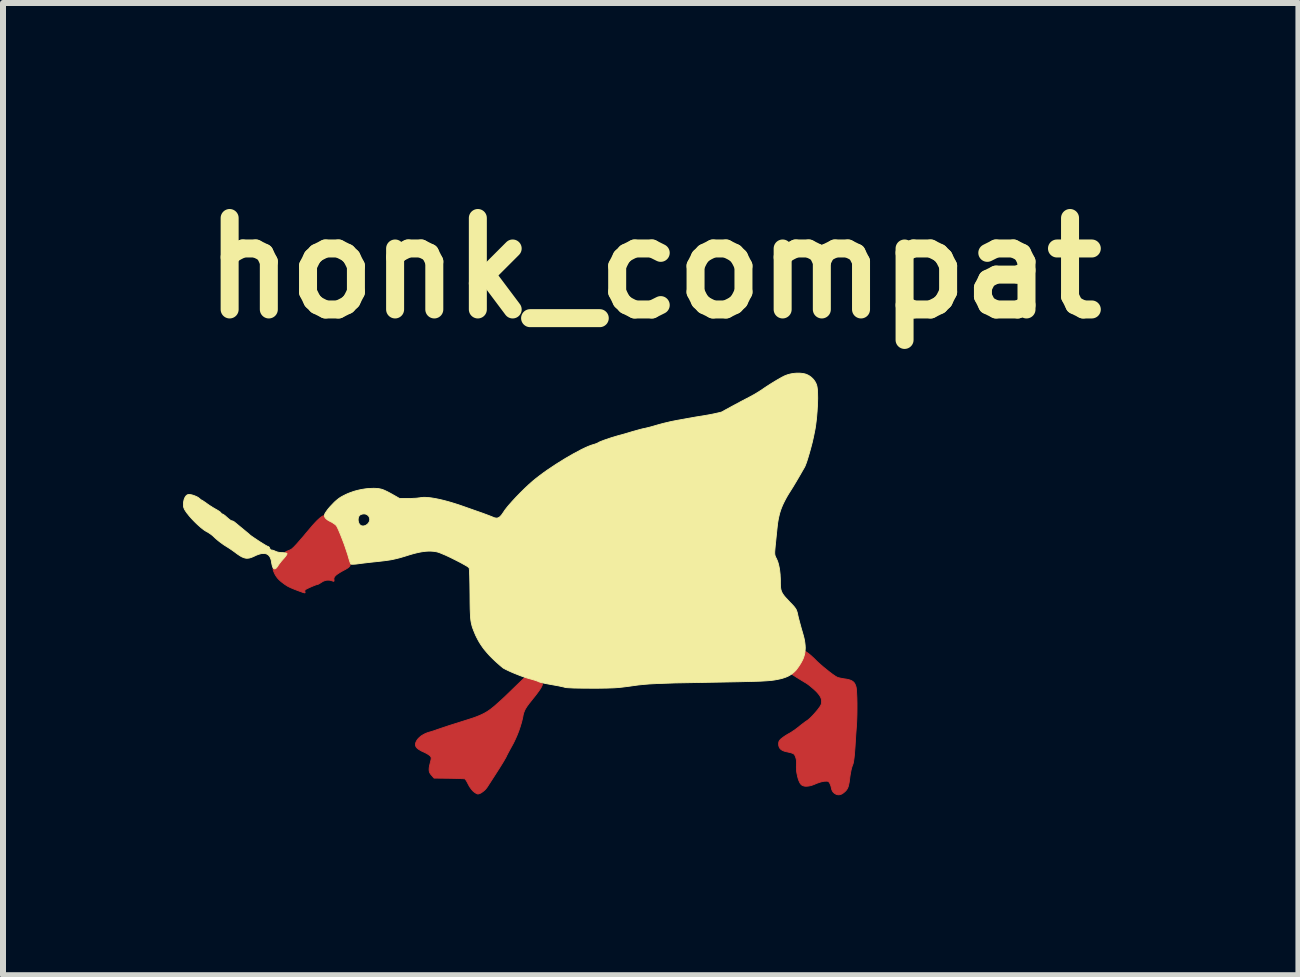
<source format=kicad_pcb>
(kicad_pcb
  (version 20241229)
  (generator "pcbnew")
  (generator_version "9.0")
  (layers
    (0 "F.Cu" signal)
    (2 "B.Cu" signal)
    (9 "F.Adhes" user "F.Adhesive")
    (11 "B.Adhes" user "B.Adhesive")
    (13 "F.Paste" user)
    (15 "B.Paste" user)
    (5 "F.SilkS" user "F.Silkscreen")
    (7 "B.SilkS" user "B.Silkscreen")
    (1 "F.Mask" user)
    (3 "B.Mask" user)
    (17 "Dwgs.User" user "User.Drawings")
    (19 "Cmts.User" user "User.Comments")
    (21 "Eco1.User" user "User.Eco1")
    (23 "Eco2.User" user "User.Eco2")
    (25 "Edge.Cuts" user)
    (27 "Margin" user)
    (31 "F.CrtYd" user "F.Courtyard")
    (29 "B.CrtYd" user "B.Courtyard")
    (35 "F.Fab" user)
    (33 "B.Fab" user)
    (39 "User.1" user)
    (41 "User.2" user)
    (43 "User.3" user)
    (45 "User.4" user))
  (footprint "honk_compat"
    (layer "F.Cu")
    (at 7.853 6.668)
    (property "Reference" "honk_compat" (at 0 -5.25 0) (layer "F.SilkS") (effects (font (size 1.524 1.524) (thickness 0.3))))
    (attr through_hole)
    (fp_poly (pts (xy -3.014 3.471) (xy -3.019 3.466) (xy -3.025 3.461) (xy -3.03 3.454) (xy -3.036 3.448) (xy -3.042 3.441) (xy -3.048 3.433) (xy -3.054 3.425) (xy -3.06 3.417) (xy -3.066 3.409) (xy -3.072 3.4) (xy -3.077 3.391) (xy -3.083 3.383) (xy -3.088 3.374) (xy -3.092 3.365) (xy -3.097 3.357) (xy -3.101 3.349) (xy -3.109 3.333) (xy -3.117 3.318) (xy -3.125 3.304) (xy -3.132 3.291) (xy -3.14 3.281) (xy -3.143 3.276) (xy -3.146 3.272) (xy -3.149 3.269) (xy -3.151 3.266) (xy -3.154 3.264) (xy -3.156 3.263) (xy -3.159 3.263) (xy -3.164 3.262) (xy -3.182 3.26) (xy -3.208 3.259) (xy -3.241 3.258) (xy -3.28 3.256) (xy -3.323 3.255) (xy -3.371 3.254) (xy -3.421 3.253) (xy -3.669 3.25) (xy -3.71 3.203) (xy -3.719 3.193) (xy -3.726 3.184) (xy -3.73 3.179) (xy -3.733 3.174) (xy -3.736 3.169) (xy -3.738 3.164) (xy -3.741 3.159) (xy -3.743 3.154) (xy -3.745 3.149) (xy -3.746 3.144) (xy -3.748 3.139) (xy -3.749 3.133) (xy -3.75 3.128) (xy -3.75 3.122) (xy -3.751 3.116) (xy -3.751 3.11) (xy -3.751 3.103) (xy -3.751 3.097) (xy -3.75 3.09) (xy -3.75 3.082) (xy -3.748 3.067) (xy -3.745 3.05) (xy -3.741 3.032) (xy -3.736 3.012) (xy -3.731 2.991) (xy -3.724 2.965) (xy -3.722 2.955) (xy -3.72 2.945) (xy -3.718 2.937) (xy -3.717 2.929) (xy -3.717 2.923) (xy -3.717 2.917) (xy -3.717 2.912) (xy -3.718 2.907) (xy -3.719 2.902) (xy -3.721 2.898) (xy -3.724 2.894) (xy -3.727 2.89) (xy -3.73 2.885) (xy -3.734 2.88) (xy -3.737 2.877) (xy -3.741 2.874) (xy -3.745 2.871) (xy -3.75 2.867) (xy -3.756 2.863) (xy -3.762 2.859) (xy -3.768 2.855) (xy -3.775 2.85) (xy -3.782 2.846) (xy -3.79 2.842) (xy -3.798 2.837) (xy -3.805 2.833) (xy -3.814 2.829) (xy -3.822 2.825) (xy -3.83 2.821) (xy -3.838 2.817) (xy -3.864 2.806) (xy -3.887 2.794) (xy -3.907 2.782) (xy -3.925 2.771) (xy -3.933 2.765) (xy -3.94 2.76) (xy -3.947 2.754) (xy -3.953 2.748) (xy -3.958 2.742) (xy -3.963 2.737) (xy -3.967 2.731) (xy -3.971 2.725) (xy -3.973 2.719) (xy -3.976 2.712) (xy -3.977 2.706) (xy -3.979 2.7) (xy -3.979 2.693) (xy -3.979 2.687) (xy -3.979 2.68) (xy -3.977 2.673) (xy -3.976 2.666) (xy -3.973 2.659) (xy -3.971 2.652) (xy -3.967 2.644) (xy -3.963 2.636) (xy -3.959 2.628) (xy -3.949 2.612) (xy -3.941 2.602) (xy -3.933 2.592) (xy -3.923 2.582) (xy -3.913 2.572) (xy -3.902 2.563) (xy -3.891 2.553) (xy -3.878 2.544) (xy -3.865 2.536) (xy -3.851 2.527) (xy -3.837 2.52) (xy -3.823 2.512) (xy -3.808 2.505) (xy -3.792 2.499) (xy -3.777 2.493) (xy -3.761 2.488) (xy -3.745 2.483) (xy -3.732 2.48) (xy -3.717 2.475) (xy -3.701 2.47) (xy -3.684 2.465) (xy -3.648 2.453) (xy -3.632 2.447) (xy -3.616 2.441) (xy -3.571 2.426) (xy -3.503 2.403) (xy -3.419 2.375) (xy -3.33 2.347) (xy -3.099 2.274) (xy -3.019 2.248) (xy -2.958 2.226) (xy -2.909 2.206) (xy -2.869 2.188) (xy -2.831 2.169) (xy -2.793 2.147) (xy -2.778 2.138) (xy -2.763 2.128) (xy -2.746 2.116) (xy -2.729 2.104) (xy -2.711 2.09) (xy -2.692 2.075) (xy -2.671 2.058) (xy -2.65 2.04) (xy -2.603 1.998) (xy -2.549 1.95) (xy -2.489 1.894) (xy -2.422 1.829) (xy -2.158 1.574) (xy -2.064 1.598) (xy -2.022 1.61) (xy -1.983 1.621) (xy -1.949 1.633) (xy -1.92 1.645) (xy -1.907 1.65) (xy -1.896 1.656) (xy -1.886 1.661) (xy -1.878 1.666) (xy -1.871 1.671) (xy -1.866 1.675) (xy -1.863 1.68) (xy -1.863 1.682) (xy -1.863 1.683) (xy -1.863 1.687) (xy -1.863 1.69) (xy -1.864 1.694) (xy -1.865 1.698) (xy -1.868 1.706) (xy -1.872 1.716) (xy -1.878 1.727) (xy -1.884 1.739) (xy -1.892 1.753) (xy -1.901 1.767) (xy -1.912 1.783) (xy -1.923 1.799) (xy -1.936 1.817) (xy -1.95 1.836) (xy -1.966 1.857) (xy -1.982 1.878) (xy -2 1.901) (xy -2.02 1.925) (xy -2.063 1.98) (xy -2.082 2.003) (xy -2.098 2.025) (xy -2.113 2.045) (xy -2.125 2.063) (xy -2.136 2.08) (xy -2.146 2.097) (xy -2.154 2.112) (xy -2.161 2.127) (xy -2.167 2.143) (xy -2.173 2.158) (xy -2.178 2.174) (xy -2.182 2.19) (xy -2.186 2.208) (xy -2.189 2.227) (xy -2.195 2.255) (xy -2.202 2.284) (xy -2.209 2.313) (xy -2.218 2.344) (xy -2.237 2.406) (xy -2.259 2.47) (xy -2.284 2.533) (xy -2.311 2.595) (xy -2.339 2.654) (xy -2.354 2.683) (xy -2.369 2.71) (xy -2.401 2.768) (xy -2.429 2.82) (xy -2.451 2.862) (xy -2.458 2.876) (xy -2.463 2.886) (xy -2.466 2.894) (xy -2.471 2.904) (xy -2.488 2.933) (xy -2.51 2.972) (xy -2.539 3.019) (xy -2.573 3.074) (xy -2.612 3.135) (xy -2.654 3.201) (xy -2.7 3.272) (xy -2.786 3.405) (xy -2.793 3.414) (xy -2.801 3.424) (xy -2.809 3.434) (xy -2.819 3.444) (xy -2.828 3.453) (xy -2.839 3.462) (xy -2.849 3.471) (xy -2.86 3.479) (xy -2.871 3.487) (xy -2.882 3.494) (xy -2.892 3.5) (xy -2.903 3.505) (xy -2.913 3.509) (xy -2.922 3.512) (xy -2.926 3.513) (xy -2.93 3.514) (xy -2.934 3.515) (xy -2.938 3.515) (xy -2.939 3.515) (xy -2.941 3.515) (xy -2.944 3.514) (xy -2.948 3.513) (xy -2.952 3.511) (xy -2.956 3.51) (xy -2.961 3.507) (xy -2.966 3.505) (xy -2.971 3.502) (xy -2.976 3.499) (xy -2.981 3.496) (xy -2.987 3.492) (xy -2.992 3.488) (xy -2.998 3.484) (xy -3.003 3.48) (xy -3.009 3.475) (xy -3.014 3.471) (xy -3.014 3.471)) (stroke (width 0.014) (type solid)) (fill yes) (layer "F.Cu"))
    (fp_poly (pts (xy -5.942 0.124) (xy -5.991 0.105) (xy -6.031 0.089) (xy -6.049 0.081) (xy -6.066 0.074) (xy -6.081 0.066) (xy -6.096 0.059) (xy -6.111 0.051) (xy -6.124 0.042) (xy -6.138 0.034) (xy -6.152 0.025) (xy -6.18 0.004) (xy -6.212 -0.02) (xy -6.224 -0.03) (xy -6.236 -0.041) (xy -6.248 -0.052) (xy -6.259 -0.063) (xy -6.269 -0.074) (xy -6.279 -0.085) (xy -6.288 -0.097) (xy -6.297 -0.109) (xy -6.305 -0.122) (xy -6.313 -0.134) (xy -6.32 -0.147) (xy -6.327 -0.161) (xy -6.333 -0.174) (xy -6.339 -0.188) (xy -6.344 -0.202) (xy -6.349 -0.217) (xy -6.35 -0.221) (xy -6.352 -0.225) (xy -6.352 -0.229) (xy -6.353 -0.232) (xy -6.353 -0.233) (xy -6.353 -0.235) (xy -6.353 -0.236) (xy -6.353 -0.237) (xy -6.353 -0.238) (xy -6.352 -0.239) (xy -6.352 -0.24) (xy -6.352 -0.24) (xy -6.351 -0.241) (xy -6.35 -0.241) (xy -6.35 -0.242) (xy -6.349 -0.242) (xy -6.348 -0.243) (xy -6.347 -0.243) (xy -6.346 -0.243) (xy -6.345 -0.243) (xy -6.343 -0.243) (xy -6.342 -0.243) (xy -6.339 -0.242) (xy -6.335 -0.241) (xy -6.331 -0.24) (xy -6.329 -0.24) (xy -6.328 -0.24) (xy -6.326 -0.239) (xy -6.324 -0.239) (xy -6.322 -0.239) (xy -6.32 -0.239) (xy -6.319 -0.24) (xy -6.317 -0.24) (xy -6.315 -0.24) (xy -6.313 -0.241) (xy -6.312 -0.242) (xy -6.31 -0.243) (xy -6.308 -0.244) (xy -6.306 -0.245) (xy -6.304 -0.246) (xy -6.303 -0.247) (xy -6.301 -0.249) (xy -6.299 -0.25) (xy -6.297 -0.252) (xy -6.295 -0.254) (xy -6.293 -0.256) (xy -6.291 -0.258) (xy -6.288 -0.263) (xy -6.284 -0.268) (xy -6.279 -0.274) (xy -6.275 -0.281) (xy -6.27 -0.288) (xy -6.262 -0.301) (xy -6.252 -0.315) (xy -6.241 -0.331) (xy -6.228 -0.347) (xy -6.214 -0.364) (xy -6.2 -0.381) (xy -6.186 -0.397) (xy -6.172 -0.412) (xy -6.153 -0.434) (xy -6.145 -0.443) (xy -6.138 -0.45) (xy -6.132 -0.457) (xy -6.128 -0.464) (xy -6.124 -0.469) (xy -6.123 -0.471) (xy -6.122 -0.474) (xy -6.121 -0.476) (xy -6.12 -0.478) (xy -6.12 -0.48) (xy -6.12 -0.482) (xy -6.12 -0.483) (xy -6.12 -0.485) (xy -6.12 -0.487) (xy -6.121 -0.488) (xy -6.122 -0.49) (xy -6.123 -0.491) (xy -6.125 -0.494) (xy -6.128 -0.497) (xy -6.132 -0.5) (xy -6.134 -0.501) (xy -6.136 -0.503) (xy -6.138 -0.504) (xy -6.139 -0.506) (xy -6.141 -0.507) (xy -6.142 -0.508) (xy -6.143 -0.509) (xy -6.144 -0.51) (xy -6.144 -0.511) (xy -6.144 -0.512) (xy -6.145 -0.513) (xy -6.145 -0.513) (xy -6.145 -0.514) (xy -6.145 -0.514) (xy -6.145 -0.515) (xy -6.145 -0.515) (xy -6.144 -0.516) (xy -6.144 -0.516) (xy -6.144 -0.517) (xy -6.144 -0.518) (xy -6.143 -0.518) (xy -6.142 -0.519) (xy -6.141 -0.52) (xy -6.14 -0.521) (xy -6.138 -0.523) (xy -6.136 -0.524) (xy -6.134 -0.525) (xy -6.131 -0.526) (xy -6.129 -0.528) (xy -6.126 -0.529) (xy -6.123 -0.531) (xy -6.119 -0.532) (xy -6.111 -0.535) (xy -6.102 -0.539) (xy -6.092 -0.543) (xy -6.08 -0.548) (xy -6.074 -0.55) (xy -6.069 -0.553) (xy -6.064 -0.555) (xy -6.058 -0.558) (xy -6.053 -0.562) (xy -6.047 -0.565) (xy -6.041 -0.569) (xy -6.035 -0.574) (xy -6.029 -0.58) (xy -6.022 -0.586) (xy -6.014 -0.592) (xy -6.006 -0.6) (xy -5.998 -0.609) (xy -5.989 -0.618) (xy -5.979 -0.629) (xy -5.968 -0.64) (xy -5.944 -0.667) (xy -5.915 -0.7) (xy -5.882 -0.738) (xy -5.844 -0.782) (xy -5.801 -0.834) (xy -5.694 -0.96) (xy -5.677 -0.979) (xy -5.661 -0.997) (xy -5.644 -1.015) (xy -5.628 -1.032) (xy -5.612 -1.048) (xy -5.596 -1.062) (xy -5.581 -1.076) (xy -5.567 -1.088) (xy -5.554 -1.098) (xy -5.542 -1.107) (xy -5.531 -1.114) (xy -5.521 -1.119) (xy -5.514 -1.123) (xy -5.51 -1.123) (xy -5.507 -1.124) (xy -5.505 -1.123) (xy -5.503 -1.123) (xy -5.501 -1.121) (xy -5.5 -1.119) (xy -5.499 -1.116) (xy -5.498 -1.113) (xy -5.497 -1.11) (xy -5.495 -1.107) (xy -5.493 -1.104) (xy -5.492 -1.1) (xy -5.487 -1.094) (xy -5.483 -1.088) (xy -5.477 -1.082) (xy -5.471 -1.076) (xy -5.465 -1.07) (xy -5.457 -1.064) (xy -5.45 -1.058) (xy -5.441 -1.052) (xy -5.433 -1.046) (xy -5.423 -1.04) (xy -5.413 -1.034) (xy -5.403 -1.029) (xy -5.392 -1.023) (xy -5.385 -1.02) (xy -5.379 -1.017) (xy -5.366 -1.009) (xy -5.353 -1.001) (xy -5.34 -0.992) (xy -5.327 -0.984) (xy -5.316 -0.975) (xy -5.311 -0.971) (xy -5.307 -0.967) (xy -5.303 -0.963) (xy -5.299 -0.959) (xy -5.292 -0.95) (xy -5.283 -0.933) (xy -5.272 -0.911) (xy -5.259 -0.883) (xy -5.231 -0.815) (xy -5.199 -0.734) (xy -5.166 -0.646) (xy -5.135 -0.556) (xy -5.106 -0.47) (xy -5.083 -0.393) (xy -5.077 -0.374) (xy -5.073 -0.357) (xy -5.07 -0.342) (xy -5.068 -0.335) (xy -5.067 -0.328) (xy -5.067 -0.322) (xy -5.066 -0.316) (xy -5.066 -0.311) (xy -5.067 -0.305) (xy -5.068 -0.3) (xy -5.069 -0.295) (xy -5.07 -0.291) (xy -5.072 -0.286) (xy -5.075 -0.282) (xy -5.078 -0.278) (xy -5.081 -0.274) (xy -5.085 -0.27) (xy -5.089 -0.266) (xy -5.094 -0.262) (xy -5.099 -0.258) (xy -5.105 -0.253) (xy -5.118 -0.245) (xy -5.134 -0.235) (xy -5.152 -0.225) (xy -5.173 -0.214) (xy -5.197 -0.201) (xy -5.218 -0.189) (xy -5.238 -0.177) (xy -5.255 -0.166) (xy -5.271 -0.156) (xy -5.285 -0.146) (xy -5.297 -0.137) (xy -5.307 -0.128) (xy -5.316 -0.119) (xy -5.323 -0.111) (xy -5.329 -0.103) (xy -5.333 -0.095) (xy -5.336 -0.087) (xy -5.338 -0.079) (xy -5.339 -0.071) (xy -5.338 -0.063) (xy -5.337 -0.056) (xy -5.336 -0.051) (xy -5.336 -0.046) (xy -5.336 -0.042) (xy -5.336 -0.04) (xy -5.336 -0.038) (xy -5.336 -0.037) (xy -5.336 -0.036) (xy -5.337 -0.034) (xy -5.337 -0.033) (xy -5.338 -0.032) (xy -5.338 -0.032) (xy -5.339 -0.031) (xy -5.34 -0.031) (xy -5.341 -0.03) (xy -5.342 -0.03) (xy -5.343 -0.03) (xy -5.345 -0.03) (xy -5.346 -0.03) (xy -5.348 -0.031) (xy -5.352 -0.032) (xy -5.356 -0.033) (xy -5.361 -0.035) (xy -5.366 -0.037) (xy -5.377 -0.04) (xy -5.389 -0.044) (xy -5.4 -0.046) (xy -5.411 -0.048) (xy -5.423 -0.049) (xy -5.434 -0.049) (xy -5.446 -0.049) (xy -5.457 -0.048) (xy -5.469 -0.046) (xy -5.48 -0.043) (xy -5.491 -0.04) (xy -5.502 -0.036) (xy -5.513 -0.032) (xy -5.524 -0.026) (xy -5.534 -0.02) (xy -5.545 -0.014) (xy -5.555 -0.007) (xy -5.566 0.000107) (xy -5.576 0.006) (xy -5.585 0.011) (xy -5.593 0.016) (xy -5.599 0.019) (xy -5.602 0.02) (xy -5.605 0.021) (xy -5.606 0.022) (xy -5.608 0.022) (xy -5.614 0.023) (xy -5.623 0.025) (xy -5.635 0.029) (xy -5.649 0.034) (xy -5.682 0.047) (xy -5.718 0.062) (xy -5.753 0.078) (xy -5.784 0.093) (xy -5.796 0.099) (xy -5.806 0.105) (xy -5.813 0.11) (xy -5.817 0.113) (xy -5.818 0.115) (xy -5.819 0.117) (xy -5.82 0.119) (xy -5.821 0.121) (xy -5.821 0.123) (xy -5.822 0.125) (xy -5.822 0.128) (xy -5.823 0.13) (xy -5.823 0.132) (xy -5.823 0.135) (xy -5.823 0.137) (xy -5.823 0.139) (xy -5.822 0.141) (xy -5.822 0.143) (xy -5.822 0.145) (xy -5.821 0.147) (xy -5.82 0.149) (xy -5.82 0.151) (xy -5.819 0.153) (xy -5.819 0.155) (xy -5.818 0.157) (xy -5.818 0.158) (xy -5.818 0.159) (xy -5.818 0.159) (xy -5.819 0.16) (xy -5.819 0.16) (xy -5.819 0.161) (xy -5.819 0.161) (xy -5.82 0.161) (xy -5.82 0.162) (xy -5.821 0.162) (xy -5.821 0.162) (xy -5.822 0.162) (xy -5.823 0.163) (xy -5.824 0.163) (xy -5.825 0.163) (xy -5.827 0.163) (xy -5.829 0.162) (xy -5.832 0.162) (xy -5.835 0.161) (xy -5.839 0.16) (xy -5.843 0.159) (xy -5.847 0.158) (xy -5.852 0.156) (xy -5.857 0.155) (xy -5.863 0.153) (xy -5.87 0.15) (xy -5.884 0.145) (xy -5.901 0.139) (xy -5.92 0.132) (xy -5.942 0.124) (xy -5.942 0.124) (xy -5.942 0.124) (xy -5.942 0.124) (xy -5.942 0.124) (xy -5.942 0.124) (xy -5.942 0.124) (xy -5.942 0.124) (xy -5.942 0.124)) (stroke (width 0.014) (type solid)) (fill yes) (layer "F.Cu"))
    (fp_poly (pts (xy 3 3.5) (xy 2.996 3.496) (xy 2.992 3.493) (xy 2.988 3.489) (xy 2.984 3.484) (xy 2.98 3.48) (xy 2.977 3.475) (xy 2.973 3.47) (xy 2.97 3.464) (xy 2.967 3.459) (xy 2.965 3.453) (xy 2.962 3.448) (xy 2.96 3.442) (xy 2.958 3.436) (xy 2.956 3.43) (xy 2.955 3.424) (xy 2.954 3.418) (xy 2.952 3.412) (xy 2.951 3.406) (xy 2.948 3.394) (xy 2.945 3.382) (xy 2.941 3.37) (xy 2.936 3.359) (xy 2.932 3.348) (xy 2.93 3.343) (xy 2.927 3.339) (xy 2.925 3.334) (xy 2.923 3.331) (xy 2.92 3.325) (xy 2.918 3.323) (xy 2.916 3.321) (xy 2.915 3.319) (xy 2.913 3.317) (xy 2.911 3.315) (xy 2.909 3.313) (xy 2.908 3.312) (xy 2.906 3.31) (xy 2.904 3.309) (xy 2.902 3.308) (xy 2.9 3.306) (xy 2.898 3.305) (xy 2.896 3.305) (xy 2.894 3.304) (xy 2.891 3.303) (xy 2.889 3.303) (xy 2.886 3.302) (xy 2.883 3.302) (xy 2.88 3.301) (xy 2.877 3.301) (xy 2.874 3.301) (xy 2.87 3.301) (xy 2.867 3.301) (xy 2.863 3.301) (xy 2.854 3.302) (xy 2.845 3.302) (xy 2.834 3.303) (xy 2.827 3.304) (xy 2.819 3.305) (xy 2.811 3.307) (xy 2.802 3.309) (xy 2.783 3.313) (xy 2.762 3.319) (xy 2.742 3.326) (xy 2.721 3.333) (xy 2.702 3.34) (xy 2.693 3.344) (xy 2.684 3.348) (xy 2.665 3.356) (xy 2.646 3.363) (xy 2.628 3.37) (xy 2.61 3.375) (xy 2.593 3.379) (xy 2.576 3.382) (xy 2.56 3.384) (xy 2.545 3.385) (xy 2.53 3.386) (xy 2.516 3.385) (xy 2.503 3.383) (xy 2.49 3.38) (xy 2.479 3.376) (xy 2.468 3.371) (xy 2.458 3.365) (xy 2.45 3.357) (xy 2.445 3.353) (xy 2.441 3.348) (xy 2.432 3.335) (xy 2.424 3.32) (xy 2.416 3.303) (xy 2.408 3.284) (xy 2.401 3.264) (xy 2.395 3.242) (xy 2.389 3.219) (xy 2.384 3.195) (xy 2.379 3.171) (xy 2.375 3.147) (xy 2.372 3.122) (xy 2.371 3.098) (xy 2.37 3.075) (xy 2.37 3.053) (xy 2.371 3.032) (xy 2.372 3.016) (xy 2.373 3) (xy 2.373 2.985) (xy 2.372 2.969) (xy 2.37 2.954) (xy 2.368 2.94) (xy 2.365 2.926) (xy 2.361 2.913) (xy 2.357 2.9) (xy 2.353 2.889) (xy 2.348 2.878) (xy 2.343 2.868) (xy 2.337 2.86) (xy 2.33 2.852) (xy 2.324 2.846) (xy 2.32 2.844) (xy 2.317 2.842) (xy 2.314 2.84) (xy 2.31 2.839) (xy 2.305 2.837) (xy 2.3 2.835) (xy 2.289 2.831) (xy 2.276 2.827) (xy 2.261 2.823) (xy 2.246 2.82) (xy 2.23 2.816) (xy 2.215 2.813) (xy 2.197 2.809) (xy 2.181 2.805) (xy 2.166 2.8) (xy 2.152 2.795) (xy 2.139 2.789) (xy 2.128 2.783) (xy 2.123 2.779) (xy 2.118 2.775) (xy 2.113 2.772) (xy 2.108 2.768) (xy 2.104 2.764) (xy 2.1 2.76) (xy 2.097 2.755) (xy 2.093 2.751) (xy 2.09 2.746) (xy 2.087 2.741) (xy 2.085 2.736) (xy 2.083 2.731) (xy 2.081 2.725) (xy 2.079 2.72) (xy 2.077 2.714) (xy 2.076 2.708) (xy 2.075 2.702) (xy 2.075 2.696) (xy 2.074 2.683) (xy 2.074 2.675) (xy 2.075 2.668) (xy 2.075 2.661) (xy 2.076 2.654) (xy 2.078 2.648) (xy 2.079 2.643) (xy 2.08 2.64) (xy 2.081 2.637) (xy 2.083 2.634) (xy 2.084 2.632) (xy 2.087 2.626) (xy 2.091 2.621) (xy 2.095 2.616) (xy 2.1 2.611) (xy 2.105 2.605) (xy 2.111 2.599) (xy 2.118 2.593) (xy 2.126 2.587) (xy 2.138 2.578) (xy 2.152 2.567) (xy 2.167 2.556) (xy 2.184 2.545) (xy 2.201 2.534) (xy 2.218 2.524) (xy 2.235 2.514) (xy 2.251 2.505) (xy 2.268 2.496) (xy 2.287 2.484) (xy 2.307 2.47) (xy 2.329 2.456) (xy 2.351 2.44) (xy 2.373 2.424) (xy 2.394 2.408) (xy 2.413 2.393) (xy 2.432 2.377) (xy 2.452 2.362) (xy 2.471 2.347) (xy 2.49 2.333) (xy 2.507 2.319) (xy 2.524 2.308) (xy 2.537 2.298) (xy 2.549 2.291) (xy 2.561 2.282) (xy 2.576 2.27) (xy 2.592 2.256) (xy 2.61 2.239) (xy 2.628 2.221) (xy 2.647 2.201) (xy 2.666 2.18) (xy 2.685 2.158) (xy 2.703 2.137) (xy 2.721 2.116) (xy 2.737 2.095) (xy 2.751 2.076) (xy 2.763 2.059) (xy 2.773 2.043) (xy 2.78 2.03) (xy 2.782 2.024) (xy 2.784 2.019) (xy 2.787 2.005) (xy 2.789 1.99) (xy 2.79 1.983) (xy 2.79 1.976) (xy 2.79 1.969) (xy 2.79 1.963) (xy 2.789 1.956) (xy 2.789 1.949) (xy 2.787 1.942) (xy 2.786 1.936) (xy 2.784 1.929) (xy 2.782 1.922) (xy 2.779 1.915) (xy 2.777 1.909) (xy 2.774 1.902) (xy 2.77 1.895) (xy 2.762 1.881) (xy 2.753 1.867) (xy 2.742 1.853) (xy 2.73 1.838) (xy 2.716 1.822) (xy 2.701 1.806) (xy 2.684 1.79) (xy 2.665 1.772) (xy 2.644 1.754) (xy 2.623 1.736) (xy 2.603 1.719) (xy 2.583 1.703) (xy 2.564 1.689) (xy 2.548 1.677) (xy 2.54 1.672) (xy 2.534 1.668) (xy 2.503 1.65) (xy 2.466 1.627) (xy 2.425 1.602) (xy 2.386 1.578) (xy 2.3 1.523) (xy 2.336 1.485) (xy 2.347 1.472) (xy 2.359 1.457) (xy 2.372 1.441) (xy 2.385 1.424) (xy 2.397 1.405) (xy 2.41 1.386) (xy 2.423 1.366) (xy 2.435 1.347) (xy 2.447 1.326) (xy 2.458 1.307) (xy 2.468 1.287) (xy 2.477 1.268) (xy 2.486 1.251) (xy 2.493 1.234) (xy 2.499 1.218) (xy 2.503 1.204) (xy 2.522 1.139) (xy 2.566 1.17) (xy 2.571 1.173) (xy 2.577 1.178) (xy 2.59 1.189) (xy 2.606 1.202) (xy 2.623 1.217) (xy 2.641 1.234) (xy 2.66 1.251) (xy 2.679 1.27) (xy 2.697 1.288) (xy 2.713 1.304) (xy 2.732 1.322) (xy 2.776 1.361) (xy 2.825 1.403) (xy 2.877 1.445) (xy 2.927 1.485) (xy 2.974 1.52) (xy 3.014 1.548) (xy 3.031 1.558) (xy 3.045 1.566) (xy 3.048 1.568) (xy 3.053 1.57) (xy 3.058 1.572) (xy 3.064 1.574) (xy 3.079 1.578) (xy 3.096 1.582) (xy 3.115 1.586) (xy 3.136 1.59) (xy 3.157 1.594) (xy 3.178 1.597) (xy 3.2 1.6) (xy 3.22 1.604) (xy 3.238 1.608) (xy 3.255 1.613) (xy 3.27 1.618) (xy 3.284 1.624) (xy 3.296 1.63) (xy 3.308 1.638) (xy 3.313 1.641) (xy 3.318 1.646) (xy 3.322 1.65) (xy 3.327 1.654) (xy 3.331 1.659) (xy 3.335 1.664) (xy 3.342 1.675) (xy 3.348 1.687) (xy 3.354 1.7) (xy 3.359 1.714) (xy 3.364 1.73) (xy 3.367 1.745) (xy 3.37 1.768) (xy 3.374 1.83) (xy 3.378 1.909) (xy 3.38 2) (xy 3.38 2.097) (xy 3.379 2.194) (xy 3.376 2.284) (xy 3.372 2.363) (xy 3.36 2.525) (xy 3.347 2.735) (xy 3.342 2.798) (xy 3.338 2.852) (xy 3.333 2.899) (xy 3.328 2.938) (xy 3.323 2.971) (xy 3.318 2.999) (xy 3.311 3.021) (xy 3.304 3.04) (xy 3.301 3.047) (xy 3.298 3.056) (xy 3.295 3.065) (xy 3.292 3.075) (xy 3.286 3.098) (xy 3.28 3.123) (xy 3.275 3.15) (xy 3.27 3.178) (xy 3.265 3.206) (xy 3.261 3.234) (xy 3.254 3.289) (xy 3.251 3.313) (xy 3.247 3.334) (xy 3.243 3.353) (xy 3.239 3.371) (xy 3.235 3.387) (xy 3.23 3.401) (xy 3.225 3.414) (xy 3.219 3.426) (xy 3.212 3.437) (xy 3.205 3.447) (xy 3.197 3.457) (xy 3.188 3.467) (xy 3.178 3.476) (xy 3.167 3.486) (xy 3.156 3.495) (xy 3.145 3.503) (xy 3.135 3.51) (xy 3.129 3.513) (xy 3.124 3.516) (xy 3.119 3.518) (xy 3.113 3.52) (xy 3.108 3.522) (xy 3.103 3.524) (xy 3.098 3.525) (xy 3.092 3.526) (xy 3.087 3.527) (xy 3.082 3.528) (xy 3.077 3.528) (xy 3.071 3.528) (xy 3.066 3.528) (xy 3.061 3.527) (xy 3.056 3.527) (xy 3.051 3.526) (xy 3.045 3.524) (xy 3.04 3.523) (xy 3.035 3.521) (xy 3.03 3.519) (xy 3.025 3.516) (xy 3.02 3.513) (xy 3.015 3.51) (xy 3.01 3.507) (xy 3.005 3.504) (xy 3 3.5) (xy 3 3.5) (xy 3 3.5) (xy 3 3.5) (xy 3 3.5) (xy 3 3.5) (xy 3 3.5) (xy 3 3.5) (xy 3 3.5) (xy 3 3.5) (xy 3 3.5) (xy 3 3.5)) (stroke (width 0.014) (type solid)) (fill yes) (layer "F.Cu"))
    (fp_poly (pts (xy -4.775 -0.987) (xy -4.767 -0.995) (xy -4.761 -1.003) (xy -4.755 -1.012) (xy -4.75 -1.021) (xy -4.747 -1.03) (xy -4.744 -1.038) (xy -4.742 -1.047) (xy -4.741 -1.056) (xy -4.741 -1.064) (xy -4.742 -1.073) (xy -4.743 -1.081) (xy -4.746 -1.089) (xy -4.749 -1.097) (xy -4.752 -1.104) (xy -4.756 -1.111) (xy -4.761 -1.118) (xy -4.767 -1.124) (xy -4.773 -1.129) (xy -4.779 -1.135) (xy -4.786 -1.139) (xy -4.794 -1.143) (xy -4.802 -1.147) (xy -4.81 -1.15) (xy -4.819 -1.152) (xy -4.828 -1.153) (xy -4.837 -1.153) (xy -4.847 -1.153) (xy -4.856 -1.152) (xy -4.866 -1.15) (xy -4.876 -1.147) (xy -4.887 -1.143) (xy -4.897 -1.138) (xy -4.902 -1.135) (xy -4.906 -1.132) (xy -4.91 -1.128) (xy -4.914 -1.124) (xy -4.917 -1.119) (xy -4.921 -1.114) (xy -4.923 -1.109) (xy -4.926 -1.104) (xy -4.928 -1.098) (xy -4.93 -1.092) (xy -4.931 -1.086) (xy -4.932 -1.079) (xy -4.933 -1.073) (xy -4.934 -1.066) (xy -4.934 -1.06) (xy -4.934 -1.053) (xy -4.934 -1.046) (xy -4.933 -1.04) (xy -4.932 -1.033) (xy -4.931 -1.026) (xy -4.929 -1.02) (xy -4.927 -1.013) (xy -4.925 -1.007) (xy -4.923 -1.001) (xy -4.92 -0.995) (xy -4.917 -0.99) (xy -4.913 -0.984) (xy -4.909 -0.979) (xy -4.905 -0.974) (xy -4.901 -0.97) (xy -4.897 -0.966) (xy -4.892 -0.962) (xy -4.889 -0.961) (xy -4.886 -0.959) (xy -4.882 -0.957) (xy -4.879 -0.956) (xy -4.876 -0.955) (xy -4.872 -0.954) (xy -4.869 -0.953) (xy -4.865 -0.953) (xy -4.861 -0.952) (xy -4.858 -0.952) (xy -4.854 -0.952) (xy -4.85 -0.952) (xy -4.842 -0.952) (xy -4.835 -0.954) (xy -4.827 -0.956) (xy -4.819 -0.958) (xy -4.811 -0.962) (xy -4.803 -0.965) (xy -4.796 -0.97) (xy -4.789 -0.975) (xy -4.782 -0.98) (xy -4.778 -0.983) (xy -4.775 -0.987) (xy -4.775 -0.987)) (stroke (width 0.014) (type solid)) (fill yes) (layer "F.Mask"))
    (fp_poly (pts (xy -4.903 0.838) (xy -4.907 0.837) (xy -4.912 0.835) (xy -4.917 0.833) (xy -4.922 0.83) (xy -4.927 0.828) (xy -4.933 0.825) (xy -4.938 0.822) (xy -4.943 0.819) (xy -4.949 0.816) (xy -4.954 0.812) (xy -4.959 0.809) (xy -4.964 0.805) (xy -4.969 0.802) (xy -4.973 0.798) (xy -4.978 0.794) (xy -4.982 0.791) (xy -4.991 0.783) (xy -5.003 0.773) (xy -5.017 0.761) (xy -5.033 0.749) (xy -5.051 0.736) (xy -5.069 0.723) (xy -5.087 0.709) (xy -5.105 0.697) (xy -5.19 0.636) (xy -5.295 0.558) (xy -5.531 0.382) (xy -5.732 0.228) (xy -5.795 0.177) (xy -5.819 0.154) (xy -5.821 0.151) (xy -5.822 0.148) (xy -5.823 0.145) (xy -5.823 0.142) (xy -5.823 0.139) (xy -5.824 0.136) (xy -5.823 0.133) (xy -5.823 0.13) (xy -5.822 0.127) (xy -5.821 0.124) (xy -5.82 0.122) (xy -5.818 0.119) (xy -5.816 0.116) (xy -5.814 0.114) (xy -5.811 0.111) (xy -5.809 0.108) (xy -5.805 0.105) (xy -5.802 0.103) (xy -5.798 0.1) (xy -5.794 0.097) (xy -5.789 0.094) (xy -5.784 0.092) (xy -5.779 0.089) (xy -5.774 0.086) (xy -5.768 0.083) (xy -5.761 0.08) (xy -5.747 0.074) (xy -5.732 0.067) (xy -5.714 0.06) (xy -5.676 0.045) (xy -5.643 0.033) (xy -5.629 0.029) (xy -5.618 0.025) (xy -5.611 0.023) (xy -5.607 0.022) (xy -5.606 0.022) (xy -5.606 0.022) (xy -5.604 0.021) (xy -5.602 0.02) (xy -5.599 0.019) (xy -5.596 0.018) (xy -5.593 0.016) (xy -5.589 0.014) (xy -5.585 0.011) (xy -5.576 0.006) (xy -5.566 0.000107) (xy -5.555 -0.007) (xy -5.545 -0.014) (xy -5.532 -0.022) (xy -5.519 -0.029) (xy -5.506 -0.035) (xy -5.493 -0.04) (xy -5.48 -0.043) (xy -5.467 -0.046) (xy -5.454 -0.048) (xy -5.44 -0.048) (xy -5.426 -0.048) (xy -5.412 -0.046) (xy -5.398 -0.044) (xy -5.383 -0.04) (xy -5.369 -0.035) (xy -5.353 -0.029) (xy -5.338 -0.022) (xy -5.322 -0.014) (xy -5.261 0.021) (xy -5.169 0.079) (xy -4.933 0.231) (xy -4.709 0.381) (xy -4.631 0.436) (xy -4.591 0.467) (xy -4.587 0.471) (xy -4.585 0.473) (xy -4.583 0.475) (xy -4.581 0.477) (xy -4.58 0.479) (xy -4.578 0.482) (xy -4.577 0.484) (xy -4.576 0.486) (xy -4.574 0.489) (xy -4.573 0.492) (xy -4.572 0.494) (xy -4.571 0.497) (xy -4.57 0.5) (xy -4.57 0.503) (xy -4.569 0.507) (xy -4.568 0.51) (xy -4.568 0.514) (xy -4.567 0.518) (xy -4.567 0.522) (xy -4.566 0.53) (xy -4.565 0.54) (xy -4.565 0.551) (xy -4.565 0.562) (xy -4.565 0.575) (xy -4.566 0.589) (xy -4.566 0.61) (xy -4.568 0.63) (xy -4.569 0.647) (xy -4.572 0.663) (xy -4.575 0.677) (xy -4.577 0.684) (xy -4.579 0.69) (xy -4.581 0.697) (xy -4.584 0.703) (xy -4.587 0.708) (xy -4.59 0.714) (xy -4.593 0.719) (xy -4.597 0.725) (xy -4.601 0.73) (xy -4.606 0.735) (xy -4.61 0.74) (xy -4.615 0.745) (xy -4.627 0.754) (xy -4.64 0.764) (xy -4.654 0.774) (xy -4.671 0.784) (xy -4.689 0.794) (xy -4.705 0.803) (xy -4.721 0.812) (xy -4.736 0.819) (xy -4.751 0.825) (xy -4.765 0.831) (xy -4.779 0.835) (xy -4.792 0.839) (xy -4.805 0.842) (xy -4.818 0.845) (xy -4.831 0.846) (xy -4.843 0.847) (xy -4.856 0.847) (xy -4.868 0.846) (xy -4.88 0.844) (xy -4.891 0.841) (xy -4.903 0.838) (xy -4.903 0.838) (xy -4.903 0.838) (xy -4.903 0.838) (xy -4.903 0.838) (xy -4.903 0.838) (xy -4.903 0.838) (xy -4.903 0.838) (xy -4.903 0.838) (xy -4.903 0.838) (xy -4.903 0.838) (xy -4.903 0.838)) (stroke (width 0.014) (type solid)) (fill yes) (layer "F.Mask"))
    (fp_poly (pts (xy -3.014 3.471) (xy -3.019 3.466) (xy -3.025 3.461) (xy -3.03 3.454) (xy -3.036 3.448) (xy -3.042 3.441) (xy -3.048 3.433) (xy -3.054 3.425) (xy -3.06 3.417) (xy -3.066 3.409) (xy -3.072 3.4) (xy -3.077 3.391) (xy -3.083 3.383) (xy -3.088 3.374) (xy -3.092 3.365) (xy -3.097 3.357) (xy -3.101 3.349) (xy -3.109 3.333) (xy -3.117 3.318) (xy -3.125 3.304) (xy -3.132 3.291) (xy -3.14 3.281) (xy -3.143 3.276) (xy -3.146 3.272) (xy -3.149 3.269) (xy -3.151 3.266) (xy -3.154 3.264) (xy -3.156 3.263) (xy -3.159 3.263) (xy -3.164 3.262) (xy -3.182 3.26) (xy -3.208 3.259) (xy -3.241 3.258) (xy -3.28 3.256) (xy -3.323 3.255) (xy -3.371 3.254) (xy -3.421 3.253) (xy -3.669 3.25) (xy -3.71 3.203) (xy -3.719 3.193) (xy -3.726 3.184) (xy -3.73 3.179) (xy -3.733 3.174) (xy -3.736 3.169) (xy -3.738 3.164) (xy -3.741 3.159) (xy -3.743 3.154) (xy -3.745 3.149) (xy -3.746 3.144) (xy -3.748 3.139) (xy -3.749 3.133) (xy -3.75 3.128) (xy -3.75 3.122) (xy -3.751 3.116) (xy -3.751 3.11) (xy -3.751 3.103) (xy -3.751 3.097) (xy -3.75 3.09) (xy -3.75 3.082) (xy -3.748 3.067) (xy -3.745 3.05) (xy -3.741 3.032) (xy -3.736 3.012) (xy -3.731 2.991) (xy -3.724 2.965) (xy -3.722 2.955) (xy -3.72 2.945) (xy -3.718 2.937) (xy -3.717 2.929) (xy -3.717 2.923) (xy -3.717 2.917) (xy -3.717 2.912) (xy -3.718 2.907) (xy -3.719 2.902) (xy -3.721 2.898) (xy -3.724 2.894) (xy -3.727 2.89) (xy -3.73 2.885) (xy -3.734 2.88) (xy -3.737 2.877) (xy -3.741 2.874) (xy -3.745 2.871) (xy -3.75 2.867) (xy -3.756 2.863) (xy -3.762 2.859) (xy -3.768 2.855) (xy -3.775 2.85) (xy -3.782 2.846) (xy -3.79 2.842) (xy -3.798 2.837) (xy -3.805 2.833) (xy -3.814 2.829) (xy -3.822 2.825) (xy -3.83 2.821) (xy -3.838 2.817) (xy -3.864 2.806) (xy -3.887 2.794) (xy -3.907 2.782) (xy -3.925 2.771) (xy -3.933 2.765) (xy -3.94 2.76) (xy -3.947 2.754) (xy -3.953 2.748) (xy -3.958 2.742) (xy -3.963 2.737) (xy -3.967 2.731) (xy -3.971 2.725) (xy -3.973 2.719) (xy -3.976 2.712) (xy -3.977 2.706) (xy -3.979 2.7) (xy -3.979 2.693) (xy -3.979 2.687) (xy -3.979 2.68) (xy -3.977 2.673) (xy -3.976 2.666) (xy -3.973 2.659) (xy -3.971 2.652) (xy -3.967 2.644) (xy -3.963 2.636) (xy -3.959 2.628) (xy -3.949 2.612) (xy -3.941 2.602) (xy -3.933 2.592) (xy -3.923 2.582) (xy -3.913 2.572) (xy -3.902 2.563) (xy -3.891 2.553) (xy -3.878 2.544) (xy -3.865 2.536) (xy -3.851 2.527) (xy -3.837 2.52) (xy -3.823 2.512) (xy -3.808 2.505) (xy -3.792 2.499) (xy -3.777 2.493) (xy -3.761 2.488) (xy -3.745 2.483) (xy -3.732 2.48) (xy -3.717 2.475) (xy -3.701 2.47) (xy -3.684 2.465) (xy -3.648 2.453) (xy -3.632 2.447) (xy -3.616 2.441) (xy -3.571 2.426) (xy -3.503 2.403) (xy -3.419 2.375) (xy -3.33 2.347) (xy -3.099 2.274) (xy -3.019 2.248) (xy -2.958 2.226) (xy -2.909 2.206) (xy -2.869 2.188) (xy -2.831 2.169) (xy -2.793 2.147) (xy -2.778 2.138) (xy -2.763 2.128) (xy -2.746 2.116) (xy -2.729 2.104) (xy -2.711 2.09) (xy -2.692 2.075) (xy -2.671 2.058) (xy -2.65 2.04) (xy -2.603 1.998) (xy -2.549 1.95) (xy -2.489 1.894) (xy -2.422 1.829) (xy -2.158 1.574) (xy -2.064 1.598) (xy -2.022 1.61) (xy -1.983 1.621) (xy -1.949 1.633) (xy -1.92 1.645) (xy -1.907 1.65) (xy -1.896 1.656) (xy -1.886 1.661) (xy -1.878 1.666) (xy -1.871 1.671) (xy -1.866 1.675) (xy -1.863 1.68) (xy -1.863 1.682) (xy -1.863 1.683) (xy -1.863 1.687) (xy -1.863 1.69) (xy -1.864 1.694) (xy -1.865 1.698) (xy -1.868 1.706) (xy -1.872 1.716) (xy -1.878 1.727) (xy -1.884 1.739) (xy -1.892 1.753) (xy -1.901 1.767) (xy -1.912 1.783) (xy -1.923 1.799) (xy -1.936 1.817) (xy -1.95 1.836) (xy -1.966 1.857) (xy -1.982 1.878) (xy -2 1.901) (xy -2.02 1.925) (xy -2.063 1.98) (xy -2.082 2.003) (xy -2.098 2.025) (xy -2.113 2.045) (xy -2.125 2.063) (xy -2.136 2.08) (xy -2.146 2.097) (xy -2.154 2.112) (xy -2.161 2.127) (xy -2.167 2.143) (xy -2.173 2.158) (xy -2.178 2.174) (xy -2.182 2.19) (xy -2.186 2.208) (xy -2.189 2.227) (xy -2.195 2.255) (xy -2.202 2.284) (xy -2.209 2.313) (xy -2.218 2.344) (xy -2.237 2.406) (xy -2.259 2.47) (xy -2.284 2.533) (xy -2.311 2.595) (xy -2.339 2.654) (xy -2.354 2.683) (xy -2.369 2.71) (xy -2.401 2.768) (xy -2.429 2.82) (xy -2.451 2.862) (xy -2.458 2.876) (xy -2.463 2.886) (xy -2.466 2.894) (xy -2.471 2.904) (xy -2.488 2.933) (xy -2.51 2.972) (xy -2.539 3.019) (xy -2.573 3.074) (xy -2.612 3.135) (xy -2.654 3.201) (xy -2.7 3.272) (xy -2.786 3.405) (xy -2.793 3.414) (xy -2.801 3.424) (xy -2.809 3.434) (xy -2.819 3.444) (xy -2.828 3.453) (xy -2.839 3.462) (xy -2.849 3.471) (xy -2.86 3.479) (xy -2.871 3.487) (xy -2.882 3.494) (xy -2.892 3.5) (xy -2.903 3.505) (xy -2.913 3.509) (xy -2.922 3.512) (xy -2.926 3.513) (xy -2.93 3.514) (xy -2.934 3.515) (xy -2.938 3.515) (xy -2.939 3.515) (xy -2.941 3.515) (xy -2.944 3.514) (xy -2.948 3.513) (xy -2.952 3.511) (xy -2.956 3.51) (xy -2.961 3.507) (xy -2.966 3.505) (xy -2.971 3.502) (xy -2.976 3.499) (xy -2.981 3.496) (xy -2.987 3.492) (xy -2.992 3.488) (xy -2.998 3.484) (xy -3.003 3.48) (xy -3.009 3.475) (xy -3.014 3.471) (xy -3.014 3.471)) (stroke (width 0.014) (type solid)) (fill yes) (layer "F.Mask"))
    (fp_poly (pts (xy -5.942 0.124) (xy -5.991 0.105) (xy -6.031 0.089) (xy -6.049 0.081) (xy -6.066 0.074) (xy -6.081 0.066) (xy -6.096 0.059) (xy -6.111 0.051) (xy -6.124 0.042) (xy -6.138 0.034) (xy -6.152 0.025) (xy -6.18 0.004) (xy -6.212 -0.02) (xy -6.224 -0.03) (xy -6.236 -0.041) (xy -6.248 -0.052) (xy -6.259 -0.063) (xy -6.269 -0.074) (xy -6.279 -0.085) (xy -6.288 -0.097) (xy -6.297 -0.109) (xy -6.305 -0.122) (xy -6.313 -0.134) (xy -6.32 -0.147) (xy -6.327 -0.161) (xy -6.333 -0.174) (xy -6.339 -0.188) (xy -6.344 -0.202) (xy -6.349 -0.217) (xy -6.35 -0.221) (xy -6.352 -0.225) (xy -6.352 -0.229) (xy -6.353 -0.232) (xy -6.353 -0.233) (xy -6.353 -0.235) (xy -6.353 -0.236) (xy -6.353 -0.237) (xy -6.353 -0.238) (xy -6.352 -0.239) (xy -6.352 -0.24) (xy -6.352 -0.24) (xy -6.351 -0.241) (xy -6.35 -0.241) (xy -6.35 -0.242) (xy -6.349 -0.242) (xy -6.348 -0.243) (xy -6.347 -0.243) (xy -6.346 -0.243) (xy -6.345 -0.243) (xy -6.343 -0.243) (xy -6.342 -0.243) (xy -6.339 -0.242) (xy -6.335 -0.241) (xy -6.331 -0.24) (xy -6.329 -0.24) (xy -6.328 -0.24) (xy -6.326 -0.239) (xy -6.324 -0.239) (xy -6.322 -0.239) (xy -6.32 -0.239) (xy -6.319 -0.24) (xy -6.317 -0.24) (xy -6.315 -0.24) (xy -6.313 -0.241) (xy -6.312 -0.242) (xy -6.31 -0.243) (xy -6.308 -0.244) (xy -6.306 -0.245) (xy -6.304 -0.246) (xy -6.303 -0.247) (xy -6.301 -0.249) (xy -6.299 -0.25) (xy -6.297 -0.252) (xy -6.295 -0.254) (xy -6.293 -0.256) (xy -6.291 -0.258) (xy -6.288 -0.263) (xy -6.284 -0.268) (xy -6.279 -0.274) (xy -6.275 -0.281) (xy -6.27 -0.288) (xy -6.262 -0.301) (xy -6.252 -0.315) (xy -6.241 -0.331) (xy -6.228 -0.347) (xy -6.214 -0.364) (xy -6.2 -0.381) (xy -6.186 -0.397) (xy -6.172 -0.412) (xy -6.153 -0.434) (xy -6.145 -0.443) (xy -6.138 -0.45) (xy -6.132 -0.457) (xy -6.128 -0.464) (xy -6.124 -0.469) (xy -6.123 -0.471) (xy -6.122 -0.474) (xy -6.121 -0.476) (xy -6.12 -0.478) (xy -6.12 -0.48) (xy -6.12 -0.482) (xy -6.12 -0.483) (xy -6.12 -0.485) (xy -6.12 -0.487) (xy -6.121 -0.488) (xy -6.122 -0.49) (xy -6.123 -0.491) (xy -6.125 -0.494) (xy -6.128 -0.497) (xy -6.132 -0.5) (xy -6.134 -0.501) (xy -6.136 -0.503) (xy -6.138 -0.504) (xy -6.139 -0.506) (xy -6.141 -0.507) (xy -6.142 -0.508) (xy -6.143 -0.509) (xy -6.144 -0.51) (xy -6.144 -0.511) (xy -6.144 -0.512) (xy -6.145 -0.513) (xy -6.145 -0.513) (xy -6.145 -0.514) (xy -6.145 -0.514) (xy -6.145 -0.515) (xy -6.145 -0.515) (xy -6.144 -0.516) (xy -6.144 -0.516) (xy -6.144 -0.517) (xy -6.144 -0.518) (xy -6.143 -0.518) (xy -6.142 -0.519) (xy -6.141 -0.52) (xy -6.14 -0.521) (xy -6.138 -0.523) (xy -6.136 -0.524) (xy -6.134 -0.525) (xy -6.131 -0.526) (xy -6.129 -0.528) (xy -6.126 -0.529) (xy -6.123 -0.531) (xy -6.119 -0.532) (xy -6.111 -0.535) (xy -6.102 -0.539) (xy -6.092 -0.543) (xy -6.08 -0.548) (xy -6.074 -0.55) (xy -6.069 -0.553) (xy -6.064 -0.555) (xy -6.058 -0.558) (xy -6.053 -0.562) (xy -6.047 -0.565) (xy -6.041 -0.569) (xy -6.035 -0.574) (xy -6.029 -0.58) (xy -6.022 -0.586) (xy -6.014 -0.592) (xy -6.006 -0.6) (xy -5.998 -0.609) (xy -5.989 -0.618) (xy -5.979 -0.629) (xy -5.968 -0.64) (xy -5.944 -0.667) (xy -5.915 -0.7) (xy -5.882 -0.738) (xy -5.844 -0.782) (xy -5.801 -0.834) (xy -5.694 -0.96) (xy -5.677 -0.979) (xy -5.661 -0.997) (xy -5.644 -1.015) (xy -5.628 -1.032) (xy -5.612 -1.048) (xy -5.596 -1.062) (xy -5.581 -1.076) (xy -5.567 -1.088) (xy -5.554 -1.098) (xy -5.542 -1.107) (xy -5.531 -1.114) (xy -5.521 -1.119) (xy -5.514 -1.123) (xy -5.51 -1.123) (xy -5.507 -1.124) (xy -5.505 -1.123) (xy -5.503 -1.123) (xy -5.501 -1.121) (xy -5.5 -1.119) (xy -5.499 -1.116) (xy -5.498 -1.113) (xy -5.497 -1.11) (xy -5.495 -1.107) (xy -5.493 -1.104) (xy -5.492 -1.1) (xy -5.487 -1.094) (xy -5.483 -1.088) (xy -5.477 -1.082) (xy -5.471 -1.076) (xy -5.465 -1.07) (xy -5.457 -1.064) (xy -5.45 -1.058) (xy -5.441 -1.052) (xy -5.433 -1.046) (xy -5.423 -1.04) (xy -5.413 -1.034) (xy -5.403 -1.029) (xy -5.392 -1.023) (xy -5.385 -1.02) (xy -5.379 -1.017) (xy -5.366 -1.009) (xy -5.353 -1.001) (xy -5.34 -0.992) (xy -5.327 -0.984) (xy -5.316 -0.975) (xy -5.311 -0.971) (xy -5.307 -0.967) (xy -5.303 -0.963) (xy -5.299 -0.959) (xy -5.292 -0.95) (xy -5.283 -0.933) (xy -5.272 -0.911) (xy -5.259 -0.883) (xy -5.231 -0.815) (xy -5.199 -0.734) (xy -5.166 -0.646) (xy -5.135 -0.556) (xy -5.106 -0.47) (xy -5.083 -0.393) (xy -5.077 -0.374) (xy -5.073 -0.357) (xy -5.07 -0.342) (xy -5.068 -0.335) (xy -5.067 -0.328) (xy -5.067 -0.322) (xy -5.066 -0.316) (xy -5.066 -0.311) (xy -5.067 -0.305) (xy -5.068 -0.3) (xy -5.069 -0.295) (xy -5.07 -0.291) (xy -5.072 -0.286) (xy -5.075 -0.282) (xy -5.078 -0.278) (xy -5.081 -0.274) (xy -5.085 -0.27) (xy -5.089 -0.266) (xy -5.094 -0.262) (xy -5.099 -0.258) (xy -5.105 -0.253) (xy -5.118 -0.245) (xy -5.134 -0.235) (xy -5.152 -0.225) (xy -5.173 -0.214) (xy -5.197 -0.201) (xy -5.218 -0.189) (xy -5.238 -0.177) (xy -5.255 -0.166) (xy -5.271 -0.156) (xy -5.285 -0.146) (xy -5.297 -0.137) (xy -5.307 -0.128) (xy -5.316 -0.119) (xy -5.323 -0.111) (xy -5.329 -0.103) (xy -5.333 -0.095) (xy -5.336 -0.087) (xy -5.338 -0.079) (xy -5.339 -0.071) (xy -5.338 -0.063) (xy -5.337 -0.056) (xy -5.336 -0.051) (xy -5.336 -0.046) (xy -5.336 -0.042) (xy -5.336 -0.04) (xy -5.336 -0.038) (xy -5.336 -0.037) (xy -5.336 -0.036) (xy -5.337 -0.034) (xy -5.337 -0.033) (xy -5.338 -0.032) (xy -5.338 -0.032) (xy -5.339 -0.031) (xy -5.34 -0.031) (xy -5.341 -0.03) (xy -5.342 -0.03) (xy -5.343 -0.03) (xy -5.345 -0.03) (xy -5.346 -0.03) (xy -5.348 -0.031) (xy -5.352 -0.032) (xy -5.356 -0.033) (xy -5.361 -0.035) (xy -5.366 -0.037) (xy -5.377 -0.04) (xy -5.389 -0.044) (xy -5.4 -0.046) (xy -5.411 -0.048) (xy -5.423 -0.049) (xy -5.434 -0.049) (xy -5.446 -0.049) (xy -5.457 -0.048) (xy -5.469 -0.046) (xy -5.48 -0.043) (xy -5.491 -0.04) (xy -5.502 -0.036) (xy -5.513 -0.032) (xy -5.524 -0.026) (xy -5.534 -0.02) (xy -5.545 -0.014) (xy -5.555 -0.007) (xy -5.566 0.000107) (xy -5.576 0.006) (xy -5.585 0.011) (xy -5.593 0.016) (xy -5.599 0.019) (xy -5.602 0.02) (xy -5.605 0.021) (xy -5.606 0.022) (xy -5.608 0.022) (xy -5.614 0.023) (xy -5.623 0.025) (xy -5.635 0.029) (xy -5.649 0.034) (xy -5.682 0.047) (xy -5.718 0.062) (xy -5.753 0.078) (xy -5.784 0.093) (xy -5.796 0.099) (xy -5.806 0.105) (xy -5.813 0.11) (xy -5.817 0.113) (xy -5.818 0.115) (xy -5.819 0.117) (xy -5.82 0.119) (xy -5.821 0.121) (xy -5.821 0.123) (xy -5.822 0.125) (xy -5.822 0.128) (xy -5.823 0.13) (xy -5.823 0.132) (xy -5.823 0.135) (xy -5.823 0.137) (xy -5.823 0.139) (xy -5.822 0.141) (xy -5.822 0.143) (xy -5.822 0.145) (xy -5.821 0.147) (xy -5.82 0.149) (xy -5.82 0.151) (xy -5.819 0.153) (xy -5.819 0.155) (xy -5.818 0.157) (xy -5.818 0.158) (xy -5.818 0.159) (xy -5.818 0.159) (xy -5.819 0.16) (xy -5.819 0.16) (xy -5.819 0.161) (xy -5.819 0.161) (xy -5.82 0.161) (xy -5.82 0.162) (xy -5.821 0.162) (xy -5.821 0.162) (xy -5.822 0.162) (xy -5.823 0.163) (xy -5.824 0.163) (xy -5.825 0.163) (xy -5.827 0.163) (xy -5.829 0.162) (xy -5.832 0.162) (xy -5.835 0.161) (xy -5.839 0.16) (xy -5.843 0.159) (xy -5.847 0.158) (xy -5.852 0.156) (xy -5.857 0.155) (xy -5.863 0.153) (xy -5.87 0.15) (xy -5.884 0.145) (xy -5.901 0.139) (xy -5.92 0.132) (xy -5.942 0.124) (xy -5.942 0.124) (xy -5.942 0.124) (xy -5.942 0.124) (xy -5.942 0.124) (xy -5.942 0.124) (xy -5.942 0.124) (xy -5.942 0.124) (xy -5.942 0.124)) (stroke (width 0.014) (type solid)) (fill yes) (layer "F.Mask"))
    (fp_poly (pts (xy 3 3.5) (xy 2.996 3.496) (xy 2.992 3.493) (xy 2.988 3.489) (xy 2.984 3.484) (xy 2.98 3.48) (xy 2.977 3.475) (xy 2.973 3.47) (xy 2.97 3.464) (xy 2.967 3.459) (xy 2.965 3.453) (xy 2.962 3.448) (xy 2.96 3.442) (xy 2.958 3.436) (xy 2.956 3.43) (xy 2.955 3.424) (xy 2.954 3.418) (xy 2.952 3.412) (xy 2.951 3.406) (xy 2.948 3.394) (xy 2.945 3.382) (xy 2.941 3.37) (xy 2.936 3.359) (xy 2.932 3.348) (xy 2.93 3.343) (xy 2.927 3.339) (xy 2.925 3.334) (xy 2.923 3.331) (xy 2.92 3.325) (xy 2.918 3.323) (xy 2.916 3.321) (xy 2.915 3.319) (xy 2.913 3.317) (xy 2.911 3.315) (xy 2.909 3.313) (xy 2.908 3.312) (xy 2.906 3.31) (xy 2.904 3.309) (xy 2.902 3.308) (xy 2.9 3.306) (xy 2.898 3.305) (xy 2.896 3.305) (xy 2.894 3.304) (xy 2.891 3.303) (xy 2.889 3.303) (xy 2.886 3.302) (xy 2.883 3.302) (xy 2.88 3.301) (xy 2.877 3.301) (xy 2.874 3.301) (xy 2.87 3.301) (xy 2.867 3.301) (xy 2.863 3.301) (xy 2.854 3.302) (xy 2.845 3.302) (xy 2.834 3.303) (xy 2.827 3.304) (xy 2.819 3.305) (xy 2.811 3.307) (xy 2.802 3.309) (xy 2.783 3.313) (xy 2.762 3.319) (xy 2.742 3.326) (xy 2.721 3.333) (xy 2.702 3.34) (xy 2.693 3.344) (xy 2.684 3.348) (xy 2.665 3.356) (xy 2.646 3.363) (xy 2.628 3.37) (xy 2.61 3.375) (xy 2.593 3.379) (xy 2.576 3.382) (xy 2.56 3.384) (xy 2.545 3.385) (xy 2.53 3.386) (xy 2.516 3.385) (xy 2.503 3.383) (xy 2.49 3.38) (xy 2.479 3.376) (xy 2.468 3.371) (xy 2.458 3.365) (xy 2.45 3.357) (xy 2.445 3.353) (xy 2.441 3.348) (xy 2.432 3.335) (xy 2.424 3.32) (xy 2.416 3.303) (xy 2.408 3.284) (xy 2.401 3.264) (xy 2.395 3.242) (xy 2.389 3.219) (xy 2.384 3.195) (xy 2.379 3.171) (xy 2.375 3.147) (xy 2.372 3.122) (xy 2.371 3.098) (xy 2.37 3.075) (xy 2.37 3.053) (xy 2.371 3.032) (xy 2.372 3.016) (xy 2.373 3) (xy 2.373 2.985) (xy 2.372 2.969) (xy 2.37 2.954) (xy 2.368 2.94) (xy 2.365 2.926) (xy 2.361 2.913) (xy 2.357 2.9) (xy 2.353 2.889) (xy 2.348 2.878) (xy 2.343 2.868) (xy 2.337 2.86) (xy 2.33 2.852) (xy 2.324 2.846) (xy 2.32 2.844) (xy 2.317 2.842) (xy 2.314 2.84) (xy 2.31 2.839) (xy 2.305 2.837) (xy 2.3 2.835) (xy 2.289 2.831) (xy 2.276 2.827) (xy 2.261 2.823) (xy 2.246 2.82) (xy 2.23 2.816) (xy 2.215 2.813) (xy 2.197 2.809) (xy 2.181 2.805) (xy 2.166 2.8) (xy 2.152 2.795) (xy 2.139 2.789) (xy 2.128 2.783) (xy 2.123 2.779) (xy 2.118 2.775) (xy 2.113 2.772) (xy 2.108 2.768) (xy 2.104 2.764) (xy 2.1 2.76) (xy 2.097 2.755) (xy 2.093 2.751) (xy 2.09 2.746) (xy 2.087 2.741) (xy 2.085 2.736) (xy 2.083 2.731) (xy 2.081 2.725) (xy 2.079 2.72) (xy 2.077 2.714) (xy 2.076 2.708) (xy 2.075 2.702) (xy 2.075 2.696) (xy 2.074 2.683) (xy 2.074 2.675) (xy 2.075 2.668) (xy 2.075 2.661) (xy 2.076 2.654) (xy 2.078 2.648) (xy 2.079 2.643) (xy 2.08 2.64) (xy 2.081 2.637) (xy 2.083 2.634) (xy 2.084 2.632) (xy 2.087 2.626) (xy 2.091 2.621) (xy 2.095 2.616) (xy 2.1 2.611) (xy 2.105 2.605) (xy 2.111 2.599) (xy 2.118 2.593) (xy 2.126 2.587) (xy 2.138 2.578) (xy 2.152 2.567) (xy 2.167 2.556) (xy 2.184 2.545) (xy 2.201 2.534) (xy 2.218 2.524) (xy 2.235 2.514) (xy 2.251 2.505) (xy 2.268 2.496) (xy 2.287 2.484) (xy 2.307 2.47) (xy 2.329 2.456) (xy 2.351 2.44) (xy 2.373 2.424) (xy 2.394 2.408) (xy 2.413 2.393) (xy 2.432 2.377) (xy 2.452 2.362) (xy 2.471 2.347) (xy 2.49 2.333) (xy 2.507 2.319) (xy 2.524 2.308) (xy 2.537 2.298) (xy 2.549 2.291) (xy 2.561 2.282) (xy 2.576 2.27) (xy 2.592 2.256) (xy 2.61 2.239) (xy 2.628 2.221) (xy 2.647 2.201) (xy 2.666 2.18) (xy 2.685 2.158) (xy 2.703 2.137) (xy 2.721 2.116) (xy 2.737 2.095) (xy 2.751 2.076) (xy 2.763 2.059) (xy 2.773 2.043) (xy 2.78 2.03) (xy 2.782 2.024) (xy 2.784 2.019) (xy 2.787 2.005) (xy 2.789 1.99) (xy 2.79 1.983) (xy 2.79 1.976) (xy 2.79 1.969) (xy 2.79 1.963) (xy 2.789 1.956) (xy 2.789 1.949) (xy 2.787 1.942) (xy 2.786 1.936) (xy 2.784 1.929) (xy 2.782 1.922) (xy 2.779 1.915) (xy 2.777 1.909) (xy 2.774 1.902) (xy 2.77 1.895) (xy 2.762 1.881) (xy 2.753 1.867) (xy 2.742 1.853) (xy 2.73 1.838) (xy 2.716 1.822) (xy 2.701 1.806) (xy 2.684 1.79) (xy 2.665 1.772) (xy 2.644 1.754) (xy 2.623 1.736) (xy 2.603 1.719) (xy 2.583 1.703) (xy 2.564 1.689) (xy 2.548 1.677) (xy 2.54 1.672) (xy 2.534 1.668) (xy 2.503 1.65) (xy 2.466 1.627) (xy 2.425 1.602) (xy 2.386 1.578) (xy 2.3 1.523) (xy 2.336 1.485) (xy 2.347 1.472) (xy 2.359 1.457) (xy 2.372 1.441) (xy 2.385 1.424) (xy 2.397 1.405) (xy 2.41 1.386) (xy 2.423 1.366) (xy 2.435 1.347) (xy 2.447 1.326) (xy 2.458 1.307) (xy 2.468 1.287) (xy 2.477 1.268) (xy 2.486 1.251) (xy 2.493 1.234) (xy 2.499 1.218) (xy 2.503 1.204) (xy 2.522 1.139) (xy 2.566 1.17) (xy 2.571 1.173) (xy 2.577 1.178) (xy 2.59 1.189) (xy 2.606 1.202) (xy 2.623 1.217) (xy 2.641 1.234) (xy 2.66 1.251) (xy 2.679 1.27) (xy 2.697 1.288) (xy 2.713 1.304) (xy 2.732 1.322) (xy 2.776 1.361) (xy 2.825 1.403) (xy 2.877 1.445) (xy 2.927 1.485) (xy 2.974 1.52) (xy 3.014 1.548) (xy 3.031 1.558) (xy 3.045 1.566) (xy 3.048 1.568) (xy 3.053 1.57) (xy 3.058 1.572) (xy 3.064 1.574) (xy 3.079 1.578) (xy 3.096 1.582) (xy 3.115 1.586) (xy 3.136 1.59) (xy 3.157 1.594) (xy 3.178 1.597) (xy 3.2 1.6) (xy 3.22 1.604) (xy 3.238 1.608) (xy 3.255 1.613) (xy 3.27 1.618) (xy 3.284 1.624) (xy 3.296 1.63) (xy 3.308 1.638) (xy 3.313 1.641) (xy 3.318 1.646) (xy 3.322 1.65) (xy 3.327 1.654) (xy 3.331 1.659) (xy 3.335 1.664) (xy 3.342 1.675) (xy 3.348 1.687) (xy 3.354 1.7) (xy 3.359 1.714) (xy 3.364 1.73) (xy 3.367 1.745) (xy 3.37 1.768) (xy 3.374 1.83) (xy 3.378 1.909) (xy 3.38 2) (xy 3.38 2.097) (xy 3.379 2.194) (xy 3.376 2.284) (xy 3.372 2.363) (xy 3.36 2.525) (xy 3.347 2.735) (xy 3.342 2.798) (xy 3.338 2.852) (xy 3.333 2.899) (xy 3.328 2.938) (xy 3.323 2.971) (xy 3.318 2.999) (xy 3.311 3.021) (xy 3.304 3.04) (xy 3.301 3.047) (xy 3.298 3.056) (xy 3.295 3.065) (xy 3.292 3.075) (xy 3.286 3.098) (xy 3.28 3.123) (xy 3.275 3.15) (xy 3.27 3.178) (xy 3.265 3.206) (xy 3.261 3.234) (xy 3.254 3.289) (xy 3.251 3.313) (xy 3.247 3.334) (xy 3.243 3.353) (xy 3.239 3.371) (xy 3.235 3.387) (xy 3.23 3.401) (xy 3.225 3.414) (xy 3.219 3.426) (xy 3.212 3.437) (xy 3.205 3.447) (xy 3.197 3.457) (xy 3.188 3.467) (xy 3.178 3.476) (xy 3.167 3.486) (xy 3.156 3.495) (xy 3.145 3.503) (xy 3.135 3.51) (xy 3.129 3.513) (xy 3.124 3.516) (xy 3.119 3.518) (xy 3.113 3.52) (xy 3.108 3.522) (xy 3.103 3.524) (xy 3.098 3.525) (xy 3.092 3.526) (xy 3.087 3.527) (xy 3.082 3.528) (xy 3.077 3.528) (xy 3.071 3.528) (xy 3.066 3.528) (xy 3.061 3.527) (xy 3.056 3.527) (xy 3.051 3.526) (xy 3.045 3.524) (xy 3.04 3.523) (xy 3.035 3.521) (xy 3.03 3.519) (xy 3.025 3.516) (xy 3.02 3.513) (xy 3.015 3.51) (xy 3.01 3.507) (xy 3.005 3.504) (xy 3 3.5) (xy 3 3.5) (xy 3 3.5) (xy 3 3.5) (xy 3 3.5) (xy 3 3.5) (xy 3 3.5) (xy 3 3.5) (xy 3 3.5) (xy 3 3.5) (xy 3 3.5) (xy 3 3.5)) (stroke (width 0.014) (type solid)) (fill yes) (layer "F.Mask"))
    (fp_poly (pts (xy -6.355 -0.261) (xy -6.357 -0.264) (xy -6.358 -0.267) (xy -6.359 -0.271) (xy -6.361 -0.276) (xy -6.364 -0.286) (xy -6.367 -0.297) (xy -6.37 -0.31) (xy -6.373 -0.323) (xy -6.375 -0.337) (xy -6.378 -0.35) (xy -6.38 -0.364) (xy -6.382 -0.377) (xy -6.385 -0.389) (xy -6.389 -0.4) (xy -6.393 -0.411) (xy -6.397 -0.421) (xy -6.402 -0.431) (xy -6.407 -0.44) (xy -6.413 -0.448) (xy -6.419 -0.456) (xy -6.425 -0.462) (xy -6.432 -0.469) (xy -6.44 -0.474) (xy -6.447 -0.479) (xy -6.455 -0.483) (xy -6.464 -0.487) (xy -6.473 -0.489) (xy -6.482 -0.492) (xy -6.492 -0.493) (xy -6.503 -0.494) (xy -6.513 -0.494) (xy -6.524 -0.494) (xy -6.536 -0.492) (xy -6.548 -0.491) (xy -6.56 -0.488) (xy -6.573 -0.485) (xy -6.586 -0.481) (xy -6.6 -0.477) (xy -6.614 -0.471) (xy -6.628 -0.466) (xy -6.643 -0.459) (xy -6.658 -0.452) (xy -6.681 -0.441) (xy -6.703 -0.432) (xy -6.723 -0.425) (xy -6.733 -0.422) (xy -6.742 -0.419) (xy -6.751 -0.417) (xy -6.761 -0.416) (xy -6.77 -0.415) (xy -6.779 -0.414) (xy -6.787 -0.414) (xy -6.796 -0.414) (xy -6.805 -0.415) (xy -6.814 -0.417) (xy -6.823 -0.419) (xy -6.832 -0.421) (xy -6.841 -0.424) (xy -6.85 -0.428) (xy -6.86 -0.432) (xy -6.87 -0.436) (xy -6.89 -0.447) (xy -6.912 -0.461) (xy -6.935 -0.476) (xy -6.96 -0.494) (xy -6.987 -0.514) (xy -7.002 -0.525) (xy -7.017 -0.536) (xy -7.034 -0.548) (xy -7.052 -0.56) (xy -7.069 -0.572) (xy -7.086 -0.583) (xy -7.102 -0.593) (xy -7.116 -0.602) (xy -7.148 -0.622) (xy -7.179 -0.642) (xy -7.209 -0.664) (xy -7.239 -0.686) (xy -7.267 -0.708) (xy -7.294 -0.731) (xy -7.319 -0.753) (xy -7.343 -0.776) (xy -7.348 -0.781) (xy -7.354 -0.786) (xy -7.36 -0.791) (xy -7.366 -0.797) (xy -7.374 -0.802) (xy -7.381 -0.808) (xy -7.396 -0.819) (xy -7.412 -0.83) (xy -7.429 -0.841) (xy -7.437 -0.846) (xy -7.444 -0.85) (xy -7.452 -0.854) (xy -7.459 -0.858) (xy -7.475 -0.867) (xy -7.492 -0.878) (xy -7.511 -0.891) (xy -7.531 -0.907) (xy -7.553 -0.924) (xy -7.574 -0.943) (xy -7.597 -0.963) (xy -7.62 -0.984) (xy -7.643 -1.006) (xy -7.665 -1.028) (xy -7.688 -1.052) (xy -7.71 -1.075) (xy -7.731 -1.099) (xy -7.751 -1.122) (xy -7.769 -1.145) (xy -7.787 -1.167) (xy -7.795 -1.179) (xy -7.803 -1.19) (xy -7.81 -1.2) (xy -7.816 -1.21) (xy -7.822 -1.219) (xy -7.827 -1.227) (xy -7.831 -1.236) (xy -7.834 -1.244) (xy -7.837 -1.251) (xy -7.84 -1.259) (xy -7.842 -1.267) (xy -7.844 -1.274) (xy -7.845 -1.282) (xy -7.846 -1.29) (xy -7.846 -1.299) (xy -7.846 -1.308) (xy -7.846 -1.323) (xy -7.845 -1.339) (xy -7.843 -1.353) (xy -7.84 -1.368) (xy -7.837 -1.382) (xy -7.834 -1.395) (xy -7.829 -1.407) (xy -7.824 -1.419) (xy -7.819 -1.43) (xy -7.813 -1.439) (xy -7.807 -1.448) (xy -7.8 -1.456) (xy -7.793 -1.463) (xy -7.785 -1.468) (xy -7.781 -1.47) (xy -7.777 -1.472) (xy -7.773 -1.474) (xy -7.769 -1.475) (xy -7.765 -1.476) (xy -7.76 -1.476) (xy -7.75 -1.477) (xy -7.739 -1.476) (xy -7.727 -1.474) (xy -7.714 -1.472) (xy -7.701 -1.469) (xy -7.687 -1.465) (xy -7.673 -1.46) (xy -7.659 -1.455) (xy -7.645 -1.449) (xy -7.631 -1.443) (xy -7.618 -1.437) (xy -7.606 -1.43) (xy -7.595 -1.423) (xy -7.585 -1.415) (xy -7.576 -1.408) (xy -7.57 -1.403) (xy -7.564 -1.397) (xy -7.558 -1.393) (xy -7.553 -1.389) (xy -7.55 -1.387) (xy -7.548 -1.386) (xy -7.546 -1.384) (xy -7.544 -1.383) (xy -7.542 -1.382) (xy -7.541 -1.381) (xy -7.54 -1.381) (xy -7.539 -1.381) (xy -7.538 -1.381) (xy -7.537 -1.381) (xy -7.535 -1.38) (xy -7.533 -1.378) (xy -7.529 -1.377) (xy -7.526 -1.374) (xy -7.521 -1.371) (xy -7.511 -1.365) (xy -7.499 -1.356) (xy -7.485 -1.347) (xy -7.471 -1.337) (xy -7.456 -1.326) (xy -7.439 -1.314) (xy -7.421 -1.301) (xy -7.401 -1.288) (xy -7.38 -1.275) (xy -7.36 -1.262) (xy -7.34 -1.25) (xy -7.321 -1.239) (xy -7.304 -1.229) (xy -7.289 -1.221) (xy -7.274 -1.212) (xy -7.26 -1.203) (xy -7.248 -1.195) (xy -7.237 -1.187) (xy -7.233 -1.184) (xy -7.229 -1.18) (xy -7.226 -1.177) (xy -7.223 -1.175) (xy -7.222 -1.172) (xy -7.22 -1.17) (xy -7.22 -1.169) (xy -7.22 -1.168) (xy -7.219 -1.167) (xy -7.219 -1.166) (xy -7.218 -1.165) (xy -7.216 -1.163) (xy -7.215 -1.161) (xy -7.214 -1.16) (xy -7.212 -1.158) (xy -7.211 -1.157) (xy -7.209 -1.156) (xy -7.207 -1.155) (xy -7.206 -1.154) (xy -7.204 -1.153) (xy -7.203 -1.153) (xy -7.202 -1.153) (xy -7.201 -1.152) (xy -7.2 -1.152) (xy -7.2 -1.152) (xy -7.199 -1.152) (xy -7.198 -1.152) (xy -7.197 -1.152) (xy -7.196 -1.152) (xy -7.195 -1.151) (xy -7.192 -1.15) (xy -7.189 -1.149) (xy -7.186 -1.147) (xy -7.182 -1.145) (xy -7.177 -1.142) (xy -7.173 -1.138) (xy -7.167 -1.135) (xy -7.162 -1.131) (xy -7.156 -1.126) (xy -7.15 -1.122) (xy -7.144 -1.117) (xy -7.138 -1.111) (xy -7.132 -1.106) (xy -7.126 -1.1) (xy -7.119 -1.094) (xy -7.106 -1.083) (xy -7.094 -1.072) (xy -7.082 -1.063) (xy -7.07 -1.054) (xy -7.065 -1.05) (xy -7.06 -1.047) (xy -7.055 -1.044) (xy -7.051 -1.042) (xy -7.047 -1.04) (xy -7.043 -1.038) (xy -7.04 -1.038) (xy -7.038 -1.037) (xy -7.036 -1.037) (xy -7.033 -1.037) (xy -7.031 -1.036) (xy -7.028 -1.035) (xy -7.025 -1.034) (xy -7.021 -1.033) (xy -7.018 -1.031) (xy -7.014 -1.029) (xy -7.011 -1.027) (xy -7.007 -1.025) (xy -7.003 -1.023) (xy -7 -1.02) (xy -6.996 -1.018) (xy -6.992 -1.015) (xy -6.989 -1.012) (xy -6.985 -1.009) (xy -6.934 -0.967) (xy -6.859 -0.905) (xy -6.821 -0.874) (xy -6.785 -0.844) (xy -6.756 -0.82) (xy -6.738 -0.803) (xy -6.727 -0.795) (xy -6.713 -0.784) (xy -6.674 -0.757) (xy -6.626 -0.725) (xy -6.575 -0.691) (xy -6.525 -0.66) (xy -6.481 -0.633) (xy -6.448 -0.615) (xy -6.437 -0.61) (xy -6.432 -0.608) (xy -6.431 -0.608) (xy -6.43 -0.608) (xy -6.429 -0.608) (xy -6.428 -0.607) (xy -6.428 -0.607) (xy -6.427 -0.607) (xy -6.426 -0.606) (xy -6.425 -0.606) (xy -6.424 -0.605) (xy -6.423 -0.604) (xy -6.423 -0.604) (xy -6.422 -0.603) (xy -6.421 -0.602) (xy -6.42 -0.601) (xy -6.418 -0.599) (xy -6.417 -0.597) (xy -6.415 -0.595) (xy -6.414 -0.593) (xy -6.412 -0.59) (xy -6.411 -0.588) (xy -6.41 -0.585) (xy -6.409 -0.582) (xy -6.408 -0.579) (xy -6.407 -0.578) (xy -6.407 -0.576) (xy -6.405 -0.573) (xy -6.404 -0.571) (xy -6.402 -0.568) (xy -6.4 -0.566) (xy -6.398 -0.563) (xy -6.396 -0.561) (xy -6.394 -0.559) (xy -6.392 -0.557) (xy -6.389 -0.555) (xy -6.387 -0.554) (xy -6.385 -0.553) (xy -6.383 -0.552) (xy -6.382 -0.552) (xy -6.381 -0.551) (xy -6.379 -0.551) (xy -6.378 -0.551) (xy -6.377 -0.551) (xy -6.376 -0.551) (xy -6.374 -0.551) (xy -6.372 -0.55) (xy -6.369 -0.55) (xy -6.365 -0.55) (xy -6.362 -0.549) (xy -6.358 -0.548) (xy -6.354 -0.547) (xy -6.35 -0.546) (xy -6.345 -0.544) (xy -6.341 -0.543) (xy -6.336 -0.541) (xy -6.332 -0.539) (xy -6.327 -0.537) (xy -6.323 -0.535) (xy -6.318 -0.533) (xy -6.314 -0.531) (xy -6.309 -0.529) (xy -6.305 -0.527) (xy -6.3 -0.525) (xy -6.294 -0.523) (xy -6.288 -0.521) (xy -6.281 -0.519) (xy -6.275 -0.517) (xy -6.267 -0.515) (xy -6.26 -0.514) (xy -6.253 -0.513) (xy -6.245 -0.511) (xy -6.237 -0.51) (xy -6.229 -0.509) (xy -6.222 -0.509) (xy -6.214 -0.508) (xy -6.207 -0.508) (xy -6.199 -0.508) (xy -6.192 -0.508) (xy -6.185 -0.507) (xy -6.178 -0.507) (xy -6.172 -0.506) (xy -6.165 -0.506) (xy -6.159 -0.505) (xy -6.153 -0.504) (xy -6.148 -0.503) (xy -6.143 -0.502) (xy -6.138 -0.501) (xy -6.134 -0.5) (xy -6.13 -0.498) (xy -6.127 -0.497) (xy -6.124 -0.496) (xy -6.122 -0.494) (xy -6.121 -0.493) (xy -6.12 -0.492) (xy -6.12 -0.491) (xy -6.12 -0.49) (xy -6.12 -0.488) (xy -6.121 -0.487) (xy -6.121 -0.485) (xy -6.122 -0.483) (xy -6.122 -0.481) (xy -6.124 -0.477) (xy -6.126 -0.473) (xy -6.129 -0.468) (xy -6.133 -0.462) (xy -6.137 -0.456) (xy -6.141 -0.45) (xy -6.146 -0.444) (xy -6.151 -0.438) (xy -6.156 -0.431) (xy -6.162 -0.424) (xy -6.168 -0.417) (xy -6.174 -0.41) (xy -6.187 -0.396) (xy -6.201 -0.38) (xy -6.215 -0.364) (xy -6.228 -0.347) (xy -6.241 -0.331) (xy -6.252 -0.316) (xy -6.262 -0.302) (xy -6.27 -0.289) (xy -6.276 -0.279) (xy -6.283 -0.27) (xy -6.286 -0.266) (xy -6.289 -0.262) (xy -6.292 -0.258) (xy -6.295 -0.255) (xy -6.298 -0.252) (xy -6.301 -0.249) (xy -6.304 -0.247) (xy -6.307 -0.244) (xy -6.31 -0.242) (xy -6.313 -0.241) (xy -6.315 -0.239) (xy -6.318 -0.238) (xy -6.321 -0.238) (xy -6.323 -0.237) (xy -6.326 -0.237) (xy -6.329 -0.237) (xy -6.331 -0.237) (xy -6.333 -0.238) (xy -6.336 -0.239) (xy -6.338 -0.24) (xy -6.341 -0.242) (xy -6.343 -0.244) (xy -6.345 -0.246) (xy -6.347 -0.248) (xy -6.349 -0.251) (xy -6.351 -0.254) (xy -6.353 -0.257) (xy -6.355 -0.261) (xy -6.355 -0.261)) (stroke (width 0.014) (type solid)) (fill yes) (layer "F.SilkS"))
    (fp_poly (pts (xy -1.483 1.739) (xy -1.493 1.736) (xy -1.506 1.732) (xy -1.521 1.729) (xy -1.537 1.725) (xy -1.554 1.722) (xy -1.571 1.718) (xy -1.588 1.714) (xy -1.605 1.711) (xy -1.755 1.684) (xy -1.808 1.674) (xy -1.85 1.665) (xy -1.881 1.658) (xy -1.905 1.651) (xy -1.922 1.645) (xy -1.935 1.639) (xy -1.939 1.637) (xy -1.944 1.635) (xy -1.956 1.63) (xy -1.972 1.625) (xy -1.989 1.619) (xy -2.009 1.613) (xy -2.029 1.607) (xy -2.051 1.601) (xy -2.072 1.595) (xy -2.118 1.582) (xy -2.173 1.564) (xy -2.234 1.542) (xy -2.297 1.517) (xy -2.359 1.492) (xy -2.417 1.466) (xy -2.467 1.442) (xy -2.489 1.431) (xy -2.507 1.421) (xy -2.513 1.418) (xy -2.52 1.413) (xy -2.528 1.406) (xy -2.537 1.399) (xy -2.559 1.381) (xy -2.583 1.36) (xy -2.61 1.336) (xy -2.639 1.31) (xy -2.668 1.283) (xy -2.697 1.255) (xy -2.724 1.228) (xy -2.749 1.202) (xy -2.773 1.175) (xy -2.796 1.149) (xy -2.818 1.123) (xy -2.839 1.097) (xy -2.859 1.07) (xy -2.877 1.044) (xy -2.895 1.017) (xy -2.913 0.989) (xy -2.929 0.961) (xy -2.944 0.933) (xy -2.959 0.904) (xy -2.974 0.874) (xy -2.987 0.844) (xy -3 0.812) (xy -3.011 0.785) (xy -3.021 0.759) (xy -3.03 0.734) (xy -3.037 0.709) (xy -3.043 0.684) (xy -3.049 0.658) (xy -3.054 0.63) (xy -3.058 0.599) (xy -3.061 0.565) (xy -3.063 0.527) (xy -3.065 0.485) (xy -3.067 0.437) (xy -3.068 0.383) (xy -3.069 0.323) (xy -3.07 0.179) (xy -3.072 0.019) (xy -3.075 -0.116) (xy -3.079 -0.211) (xy -3.082 -0.239) (xy -3.084 -0.253) (xy -3.087 -0.256) (xy -3.091 -0.26) (xy -3.106 -0.272) (xy -3.128 -0.286) (xy -3.156 -0.302) (xy -3.226 -0.341) (xy -3.308 -0.383) (xy -3.394 -0.426) (xy -3.477 -0.465) (xy -3.549 -0.495) (xy -3.578 -0.507) (xy -3.602 -0.515) (xy -3.625 -0.521) (xy -3.648 -0.525) (xy -3.673 -0.529) (xy -3.698 -0.531) (xy -3.725 -0.533) (xy -3.752 -0.533) (xy -3.78 -0.532) (xy -3.809 -0.53) (xy -3.84 -0.526) (xy -3.871 -0.522) (xy -3.903 -0.516) (xy -3.937 -0.509) (xy -3.971 -0.501) (xy -4.007 -0.492) (xy -4.045 -0.481) (xy -4.083 -0.47) (xy -4.166 -0.444) (xy -4.237 -0.423) (xy -4.301 -0.407) (xy -4.332 -0.4) (xy -4.363 -0.393) (xy -4.395 -0.387) (xy -4.428 -0.382) (xy -4.501 -0.372) (xy -4.586 -0.362) (xy -4.69 -0.351) (xy -4.754 -0.344) (xy -4.822 -0.336) (xy -4.887 -0.328) (xy -4.939 -0.321) (xy -4.961 -0.318) (xy -4.981 -0.316) (xy -5 -0.315) (xy -5.017 -0.314) (xy -5.032 -0.314) (xy -5.043 -0.314) (xy -5.048 -0.315) (xy -5.052 -0.316) (xy -5.054 -0.316) (xy -5.056 -0.317) (xy -4.775 -0.987) (xy -4.767 -0.995) (xy -4.761 -1.003) (xy -4.755 -1.012) (xy -4.75 -1.021) (xy -4.747 -1.03) (xy -4.744 -1.038) (xy -4.742 -1.047) (xy -4.741 -1.056) (xy -4.741 -1.064) (xy -4.742 -1.073) (xy -4.743 -1.081) (xy -4.746 -1.089) (xy -4.749 -1.097) (xy -4.752 -1.104) (xy -4.756 -1.111) (xy -4.761 -1.118) (xy -4.767 -1.124) (xy -4.773 -1.129) (xy -4.779 -1.135) (xy -4.786 -1.139) (xy -4.794 -1.143) (xy -4.802 -1.147) (xy -4.81 -1.15) (xy -4.819 -1.152) (xy -4.828 -1.153) (xy -4.837 -1.153) (xy -4.847 -1.153) (xy -4.856 -1.152) (xy -4.866 -1.15) (xy -4.876 -1.147) (xy -4.887 -1.143) (xy -4.897 -1.138) (xy -4.902 -1.135) (xy -4.906 -1.132) (xy -4.91 -1.128) (xy -4.914 -1.124) (xy -4.917 -1.119) (xy -4.921 -1.114) (xy -4.923 -1.109) (xy -4.926 -1.104) (xy -4.928 -1.098) (xy -4.93 -1.092) (xy -4.931 -1.086) (xy -4.932 -1.079) (xy -4.933 -1.073) (xy -4.934 -1.066) (xy -4.934 -1.06) (xy -4.934 -1.053) (xy -4.934 -1.046) (xy -4.933 -1.04) (xy -4.932 -1.033) (xy -4.931 -1.026) (xy -4.929 -1.02) (xy -4.927 -1.013) (xy -4.925 -1.007) (xy -4.923 -1.001) (xy -4.92 -0.995) (xy -4.917 -0.99) (xy -4.913 -0.984) (xy -4.909 -0.979) (xy -4.905 -0.974) (xy -4.901 -0.97) (xy -4.897 -0.966) (xy -4.892 -0.962) (xy -4.889 -0.961) (xy -4.886 -0.959) (xy -4.882 -0.957) (xy -4.879 -0.956) (xy -4.876 -0.955) (xy -4.872 -0.954) (xy -4.869 -0.953) (xy -4.865 -0.953) (xy -4.861 -0.952) (xy -4.858 -0.952) (xy -4.854 -0.952) (xy -4.85 -0.952) (xy -4.842 -0.952) (xy -4.835 -0.954) (xy -4.827 -0.956) (xy -4.819 -0.958) (xy -4.811 -0.962) (xy -4.803 -0.965) (xy -4.796 -0.97) (xy -4.789 -0.975) (xy -4.782 -0.98) (xy -4.778 -0.983) (xy -4.775 -0.987) (xy -4.775 -0.987) (xy -5.056 -0.317) (xy -5.057 -0.319) (xy -5.058 -0.321) (xy -5.06 -0.324) (xy -5.062 -0.328) (xy -5.063 -0.332) (xy -5.065 -0.337) (xy -5.07 -0.349) (xy -5.074 -0.362) (xy -5.079 -0.376) (xy -5.083 -0.391) (xy -5.088 -0.407) (xy -5.108 -0.476) (xy -5.135 -0.557) (xy -5.165 -0.645) (xy -5.198 -0.732) (xy -5.23 -0.813) (xy -5.259 -0.882) (xy -5.283 -0.933) (xy -5.292 -0.949) (xy -5.299 -0.959) (xy -5.303 -0.963) (xy -5.307 -0.967) (xy -5.311 -0.971) (xy -5.316 -0.975) (xy -5.322 -0.979) (xy -5.327 -0.984) (xy -5.333 -0.988) (xy -5.34 -0.992) (xy -5.346 -0.997) (xy -5.353 -1.001) (xy -5.359 -1.005) (xy -5.366 -1.009) (xy -5.372 -1.013) (xy -5.379 -1.017) (xy -5.385 -1.02) (xy -5.392 -1.023) (xy -5.406 -1.03) (xy -5.419 -1.038) (xy -5.432 -1.045) (xy -5.443 -1.052) (xy -5.453 -1.059) (xy -5.462 -1.067) (xy -5.47 -1.074) (xy -5.477 -1.081) (xy -5.482 -1.088) (xy -5.485 -1.092) (xy -5.487 -1.096) (xy -5.489 -1.099) (xy -5.491 -1.103) (xy -5.492 -1.107) (xy -5.493 -1.11) (xy -5.494 -1.114) (xy -5.495 -1.118) (xy -5.495 -1.121) (xy -5.496 -1.125) (xy -5.495 -1.129) (xy -5.495 -1.133) (xy -5.495 -1.137) (xy -5.494 -1.141) (xy -5.492 -1.146) (xy -5.49 -1.152) (xy -5.483 -1.165) (xy -5.474 -1.18) (xy -5.462 -1.197) (xy -5.449 -1.215) (xy -5.434 -1.235) (xy -5.417 -1.255) (xy -5.4 -1.275) (xy -5.381 -1.295) (xy -5.362 -1.315) (xy -5.343 -1.335) (xy -5.324 -1.354) (xy -5.305 -1.371) (xy -5.286 -1.387) (xy -5.268 -1.401) (xy -5.252 -1.414) (xy -5.226 -1.431) (xy -5.198 -1.447) (xy -5.169 -1.462) (xy -5.139 -1.477) (xy -5.108 -1.491) (xy -5.076 -1.504) (xy -5.042 -1.516) (xy -5.009 -1.528) (xy -4.974 -1.538) (xy -4.939 -1.547) (xy -4.904 -1.555) (xy -4.868 -1.562) (xy -4.832 -1.568) (xy -4.796 -1.573) (xy -4.761 -1.576) (xy -4.726 -1.578) (xy -4.699 -1.579) (xy -4.674 -1.58) (xy -4.651 -1.579) (xy -4.629 -1.578) (xy -4.609 -1.577) (xy -4.589 -1.574) (xy -4.569 -1.57) (xy -4.55 -1.566) (xy -4.531 -1.56) (xy -4.511 -1.553) (xy -4.49 -1.544) (xy -4.469 -1.534) (xy -4.446 -1.523) (xy -4.421 -1.51) (xy -4.395 -1.496) (xy -4.366 -1.48) (xy -4.243 -1.41) (xy -4.101 -1.41) (xy -4.071 -1.41) (xy -4.041 -1.411) (xy -4.011 -1.413) (xy -3.982 -1.414) (xy -3.955 -1.416) (xy -3.931 -1.419) (xy -3.911 -1.421) (xy -3.895 -1.424) (xy -3.872 -1.427) (xy -3.845 -1.429) (xy -3.816 -1.429) (xy -3.783 -1.427) (xy -3.747 -1.424) (xy -3.708 -1.419) (xy -3.666 -1.412) (xy -3.622 -1.404) (xy -3.576 -1.394) (xy -3.528 -1.383) (xy -3.477 -1.37) (xy -3.425 -1.356) (xy -3.371 -1.34) (xy -3.316 -1.323) (xy -3.259 -1.305) (xy -3.201 -1.285) (xy -3.011 -1.218) (xy -2.86 -1.165) (xy -2.753 -1.125) (xy -2.69 -1.1) (xy -2.676 -1.094) (xy -2.669 -1.091) (xy -2.662 -1.089) (xy -2.656 -1.087) (xy -2.649 -1.086) (xy -2.643 -1.085) (xy -2.637 -1.084) (xy -2.632 -1.083) (xy -2.626 -1.083) (xy -2.621 -1.084) (xy -2.615 -1.084) (xy -2.61 -1.085) (xy -2.605 -1.087) (xy -2.6 -1.089) (xy -2.595 -1.091) (xy -2.589 -1.094) (xy -2.584 -1.097) (xy -2.579 -1.1) (xy -2.574 -1.104) (xy -2.569 -1.109) (xy -2.564 -1.114) (xy -2.559 -1.119) (xy -2.553 -1.125) (xy -2.548 -1.131) (xy -2.542 -1.138) (xy -2.531 -1.153) (xy -2.519 -1.171) (xy -2.506 -1.19) (xy -2.491 -1.213) (xy -2.472 -1.238) (xy -2.449 -1.267) (xy -2.424 -1.297) (xy -2.366 -1.363) (xy -2.301 -1.433) (xy -2.231 -1.505) (xy -2.159 -1.576) (xy -2.088 -1.643) (xy -2.053 -1.674) (xy -2.02 -1.703) (xy -1.966 -1.747) (xy -1.906 -1.793) (xy -1.843 -1.84) (xy -1.775 -1.888) (xy -1.634 -1.982) (xy -1.488 -2.073) (xy -1.346 -2.155) (xy -1.215 -2.225) (xy -1.155 -2.254) (xy -1.101 -2.278) (xy -1.052 -2.297) (xy -1.011 -2.31) (xy -0.999 -2.313) (xy -0.986 -2.317) (xy -0.974 -2.322) (xy -0.962 -2.326) (xy -0.951 -2.331) (xy -0.94 -2.336) (xy -0.932 -2.34) (xy -0.928 -2.343) (xy -0.925 -2.345) (xy -0.918 -2.349) (xy -0.906 -2.354) (xy -0.874 -2.367) (xy -0.83 -2.384) (xy -0.779 -2.401) (xy -0.724 -2.42) (xy -0.668 -2.437) (xy -0.615 -2.453) (xy -0.567 -2.466) (xy -0.533 -2.475) (xy -0.484 -2.489) (xy -0.427 -2.506) (xy -0.367 -2.524) (xy -0.306 -2.541) (xy -0.249 -2.557) (xy -0.2 -2.57) (xy -0.181 -2.574) (xy -0.166 -2.577) (xy -0.151 -2.58) (xy -0.131 -2.585) (xy -0.106 -2.591) (xy -0.077 -2.598) (xy -0.013 -2.616) (xy 0.056 -2.636) (xy 0.092 -2.646) (xy 0.133 -2.657) (xy 0.176 -2.668) (xy 0.22 -2.678) (xy 0.265 -2.689) (xy 0.308 -2.698) (xy 0.349 -2.706) (xy 0.385 -2.713) (xy 0.614 -2.754) (xy 0.648 -2.76) (xy 0.691 -2.768) (xy 0.786 -2.783) (xy 0.852 -2.794) (xy 0.914 -2.805) (xy 0.972 -2.816) (xy 1.023 -2.827) (xy 1.067 -2.837) (xy 1.102 -2.845) (xy 1.127 -2.853) (xy 1.135 -2.857) (xy 1.14 -2.859) (xy 1.156 -2.869) (xy 1.19 -2.888) (xy 1.302 -2.949) (xy 1.453 -3.03) (xy 1.623 -3.119) (xy 1.642 -3.13) (xy 1.664 -3.142) (xy 1.687 -3.155) (xy 1.711 -3.17) (xy 1.736 -3.185) (xy 1.759 -3.2) (xy 1.782 -3.214) (xy 1.802 -3.228) (xy 1.847 -3.259) (xy 1.893 -3.289) (xy 1.938 -3.318) (xy 1.982 -3.345) (xy 2.026 -3.372) (xy 2.069 -3.397) (xy 2.111 -3.421) (xy 2.15 -3.442) (xy 2.172 -3.453) (xy 2.195 -3.462) (xy 2.218 -3.471) (xy 2.243 -3.478) (xy 2.269 -3.485) (xy 2.294 -3.49) (xy 2.321 -3.494) (xy 2.347 -3.497) (xy 2.373 -3.499) (xy 2.399 -3.499) (xy 2.425 -3.499) (xy 2.449 -3.497) (xy 2.473 -3.494) (xy 2.496 -3.49) (xy 2.518 -3.485) (xy 2.538 -3.478) (xy 2.552 -3.472) (xy 2.566 -3.465) (xy 2.579 -3.458) (xy 2.593 -3.449) (xy 2.605 -3.44) (xy 2.617 -3.431) (xy 2.629 -3.42) (xy 2.64 -3.41) (xy 2.651 -3.398) (xy 2.661 -3.386) (xy 2.67 -3.373) (xy 2.679 -3.36) (xy 2.687 -3.347) (xy 2.694 -3.333) (xy 2.7 -3.319) (xy 2.706 -3.304) (xy 2.712 -3.282) (xy 2.717 -3.252) (xy 2.721 -3.217) (xy 2.723 -3.177) (xy 2.724 -3.131) (xy 2.725 -3.082) (xy 2.722 -2.975) (xy 2.715 -2.86) (xy 2.705 -2.743) (xy 2.698 -2.686) (xy 2.691 -2.63) (xy 2.683 -2.577) (xy 2.673 -2.526) (xy 2.655 -2.437) (xy 2.634 -2.344) (xy 2.61 -2.253) (xy 2.586 -2.166) (xy 2.562 -2.086) (xy 2.54 -2.016) (xy 2.519 -1.961) (xy 2.51 -1.94) (xy 2.501 -1.924) (xy 2.423 -1.788) (xy 2.362 -1.684) (xy 2.312 -1.601) (xy 2.268 -1.531) (xy 2.242 -1.49) (xy 2.218 -1.45) (xy 2.196 -1.411) (xy 2.176 -1.373) (xy 2.158 -1.337) (xy 2.141 -1.301) (xy 2.126 -1.265) (xy 2.112 -1.229) (xy 2.1 -1.192) (xy 2.089 -1.156) (xy 2.08 -1.118) (xy 2.071 -1.079) (xy 2.064 -1.039) (xy 2.057 -0.998) (xy 2.052 -0.954) (xy 2.047 -0.908) (xy 2.017 -0.616) (xy 2.013 -0.57) (xy 2.01 -0.534) (xy 2.009 -0.519) (xy 2.009 -0.506) (xy 2.009 -0.494) (xy 2.01 -0.484) (xy 2.011 -0.474) (xy 2.013 -0.465) (xy 2.015 -0.456) (xy 2.018 -0.447) (xy 2.022 -0.439) (xy 2.026 -0.429) (xy 2.037 -0.408) (xy 2.044 -0.392) (xy 2.052 -0.374) (xy 2.059 -0.356) (xy 2.065 -0.336) (xy 2.071 -0.316) (xy 2.076 -0.294) (xy 2.081 -0.271) (xy 2.086 -0.247) (xy 2.09 -0.222) (xy 2.093 -0.196) (xy 2.096 -0.17) (xy 2.099 -0.142) (xy 2.1 -0.113) (xy 2.102 -0.084) (xy 2.103 -0.054) (xy 2.103 -0.023) (xy 2.103 0.006) (xy 2.104 0.032) (xy 2.105 0.056) (xy 2.107 0.077) (xy 2.11 0.097) (xy 2.114 0.116) (xy 2.117 0.125) (xy 2.12 0.133) (xy 2.123 0.142) (xy 2.127 0.15) (xy 2.131 0.159) (xy 2.135 0.167) (xy 2.146 0.185) (xy 2.159 0.203) (xy 2.174 0.222) (xy 2.191 0.242) (xy 2.212 0.264) (xy 2.234 0.288) (xy 2.26 0.316) (xy 2.296 0.353) (xy 2.311 0.369) (xy 2.324 0.383) (xy 2.335 0.396) (xy 2.344 0.408) (xy 2.352 0.419) (xy 2.359 0.43) (xy 2.366 0.441) (xy 2.371 0.452) (xy 2.375 0.464) (xy 2.38 0.477) (xy 2.384 0.491) (xy 2.388 0.507) (xy 2.396 0.545) (xy 2.402 0.571) (xy 2.41 0.602) (xy 2.429 0.673) (xy 2.45 0.75) (xy 2.471 0.822) (xy 2.485 0.871) (xy 2.497 0.917) (xy 2.506 0.96) (xy 2.512 1.002) (xy 2.516 1.041) (xy 2.518 1.079) (xy 2.516 1.116) (xy 2.512 1.152) (xy 2.506 1.187) (xy 2.496 1.221) (xy 2.484 1.256) (xy 2.468 1.29) (xy 2.45 1.324) (xy 2.429 1.359) (xy 2.405 1.395) (xy 2.378 1.432) (xy 2.365 1.449) (xy 2.351 1.464) (xy 2.336 1.479) (xy 2.321 1.493) (xy 2.305 1.506) (xy 2.288 1.519) (xy 2.27 1.53) (xy 2.251 1.541) (xy 2.231 1.552) (xy 2.21 1.561) (xy 2.188 1.57) (xy 2.164 1.578) (xy 2.14 1.586) (xy 2.114 1.593) (xy 2.087 1.599) (xy 2.059 1.605) (xy 2.031 1.61) (xy 2.004 1.615) (xy 1.975 1.619) (xy 1.944 1.623) (xy 1.908 1.626) (xy 1.868 1.629) (xy 1.82 1.632) (xy 1.764 1.635) (xy 1.698 1.637) (xy 1.62 1.639) (xy 1.426 1.644) (xy 1.168 1.649) (xy 0.836 1.655) (xy 0.351 1.664) (xy 0.037 1.675) (xy -0.078 1.681) (xy -0.175 1.689) (xy -0.264 1.698) (xy -0.352 1.71) (xy -0.406 1.718) (xy -0.469 1.726) (xy -0.532 1.734) (xy -0.588 1.74) (xy -0.669 1.746) (xy -0.785 1.75) (xy -0.924 1.752) (xy -1.072 1.752) (xy -1.215 1.751) (xy -1.341 1.749) (xy -1.435 1.744) (xy -1.465 1.742) (xy -1.483 1.739) (xy -1.483 1.739) (xy -1.483 1.739) (xy -1.483 1.739) (xy -1.483 1.739)) (stroke (width 0.014) (type solid)) (fill yes) (layer "F.SilkS")))
  (gr_rect
    (start -3 -3)
    (end 18.59 13.203)
    (stroke (width 0.1) (type default))
    (fill no)
    (layer "Edge.Cuts")))
</source>
